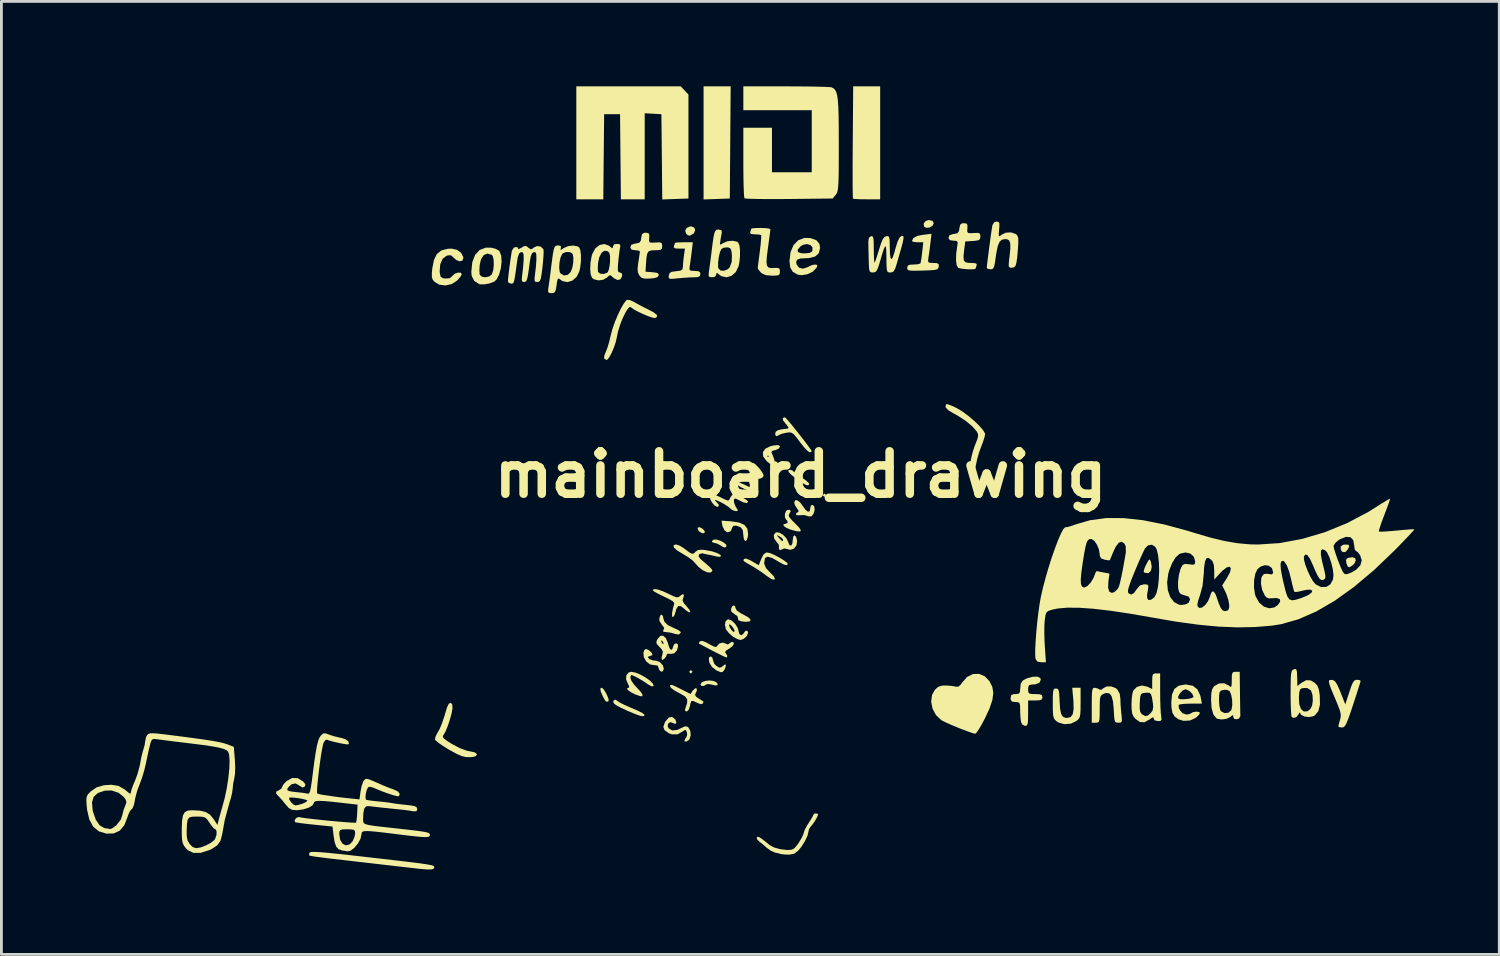
<source format=kicad_pcb>
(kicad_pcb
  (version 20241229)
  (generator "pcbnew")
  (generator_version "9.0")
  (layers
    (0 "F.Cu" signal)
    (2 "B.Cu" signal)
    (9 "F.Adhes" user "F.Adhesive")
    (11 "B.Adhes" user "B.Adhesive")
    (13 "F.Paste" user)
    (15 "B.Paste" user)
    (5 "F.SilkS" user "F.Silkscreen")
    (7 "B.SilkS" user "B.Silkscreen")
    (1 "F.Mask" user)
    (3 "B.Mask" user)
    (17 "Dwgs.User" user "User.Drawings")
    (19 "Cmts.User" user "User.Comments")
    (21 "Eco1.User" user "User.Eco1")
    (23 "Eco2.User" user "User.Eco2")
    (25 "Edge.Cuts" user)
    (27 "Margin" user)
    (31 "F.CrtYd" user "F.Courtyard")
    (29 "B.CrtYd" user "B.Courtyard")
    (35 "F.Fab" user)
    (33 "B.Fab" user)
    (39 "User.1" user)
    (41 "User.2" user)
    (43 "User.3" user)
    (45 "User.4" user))
  (footprint "mainboard_drawing"
    (layer "F.Cu")
    (at 25.23 13.712)
    (property "Reference" "mainboard_drawing" (at 0 0 0) (layer "F.SilkS") (effects (font (size 1.5 1.5) (thickness 0.3))))
    (attr board_only exclude_from_pos_files exclude_from_bom)
    (fp_poly (pts (xy -3.823 6.955) (xy -3.821 6.968) (xy -3.864 7.023) (xy -3.877 7.024) (xy -3.932 6.982) (xy -3.934 6.968) (xy -3.891 6.914) (xy -3.877 6.912)) (stroke (width 0) (type solid)) (fill yes) (layer "F.SilkS"))
    (fp_poly (pts (xy -2.486 -11.731) (xy -2.501 -9.75) (xy -2.964 -9.733) (xy -3.428 -9.717) (xy -3.428 -11.714) (xy -3.428 -13.712) (xy -2.95 -13.712) (xy -2.471 -13.712)) (stroke (width 0) (type solid)) (fill yes) (layer "F.SilkS"))
    (fp_poly (pts (xy 0.897 0.717) (xy 0.899 0.731) (xy 0.856 0.785) (xy 0.843 0.787) (xy 0.788 0.744) (xy 0.787 0.731) (xy 0.829 0.676) (xy 0.843 0.674)) (stroke (width 0) (type solid)) (fill yes) (layer "F.SilkS"))
    (fp_poly (pts (xy 4.658 -8.961) (xy 4.703 -8.882) (xy 4.662 -8.792) (xy 4.558 -8.725) (xy 4.438 -8.715) (xy 4.358 -8.761) (xy 4.347 -8.866) (xy 4.416 -8.956) (xy 4.526 -8.991)) (stroke (width 0) (type solid)) (fill yes) (layer "F.SilkS"))
    (fp_poly (pts (xy 19.358 2.483) (xy 19.379 2.533) (xy 19.329 2.645) (xy 19.241 2.738) (xy 19.145 2.74) (xy 19.084 2.664) (xy 19.075 2.544) (xy 19.162 2.482) (xy 19.25 2.473)) (stroke (width 0) (type solid)) (fill yes) (layer "F.SilkS"))
    (fp_poly (pts (xy -3.462 1.916) (xy -3.391 1.998) (xy -3.384 2.013) (xy -3.399 2.069) (xy -3.471 2.073) (xy -3.561 2.029) (xy -3.598 1.994) (xy -3.639 1.907) (xy -3.63 1.869) (xy -3.558 1.863)) (stroke (width 0) (type solid)) (fill yes) (layer "F.SilkS"))
    (fp_poly (pts (xy -3.759 -8.726) (xy -3.722 -8.632) (xy -3.768 -8.529) (xy -3.795 -8.505) (xy -3.908 -8.439) (xy -3.986 -8.452) (xy -4.046 -8.513) (xy -4.077 -8.618) (xy -4.021 -8.713) (xy -3.902 -8.764) (xy -3.869 -8.766)) (stroke (width 0) (type solid)) (fill yes) (layer "F.SilkS"))
    (fp_poly (pts (xy 19.592 2.959) (xy 19.608 3.046) (xy 19.555 3.153) (xy 19.476 3.223) (xy 19.379 3.277) (xy 19.327 3.254) (xy 19.284 3.149) (xy 19.263 3.018) (xy 19.322 2.947) (xy 19.475 2.922) (xy 19.504 2.922)) (stroke (width 0) (type solid)) (fill yes) (layer "F.SilkS"))
    (fp_poly (pts (xy -6.968 7.575) (xy -6.895 7.684) (xy -6.827 7.818) (xy -6.783 7.937) (xy -6.783 8.001) (xy -6.844 8.032) (xy -6.905 7.984) (xy -6.983 7.843) (xy -6.986 7.837) (xy -7.061 7.66) (xy -7.075 7.562) (xy -7.03 7.53) (xy -7.025 7.53)) (stroke (width 0) (type solid)) (fill yes) (layer "F.SilkS"))
    (fp_poly (pts (xy -2.838 2.336) (xy -2.71 2.406) (xy -2.627 2.481) (xy -2.617 2.535) (xy -2.674 2.58) (xy -2.764 2.548) (xy -2.835 2.499) (xy -2.964 2.433) (xy -3.05 2.416) (xy -3.127 2.387) (xy -3.132 2.346) (xy -3.066 2.299) (xy -2.977 2.295)) (stroke (width 0) (type solid)) (fill yes) (layer "F.SilkS"))
    (fp_poly (pts (xy 12.35 3.03) (xy 12.374 3.09) (xy 12.403 3.256) (xy 12.375 3.396) (xy 12.299 3.476) (xy 12.259 3.484) (xy 12.154 3.467) (xy 12.122 3.449) (xy 12.124 3.383) (xy 12.17 3.255) (xy 12.205 3.183) (xy 12.277 3.046) (xy 12.319 2.998)) (stroke (width 0) (type solid)) (fill yes) (layer "F.SilkS"))
    (fp_poly (pts (xy -3.069 7.293) (xy -2.961 7.35) (xy -2.945 7.37) (xy -2.929 7.437) (xy -3.003 7.451) (xy -3.136 7.421) (xy -3.278 7.398) (xy -3.346 7.422) (xy -3.416 7.467) (xy -3.501 7.466) (xy -3.54 7.42) (xy -3.492 7.341) (xy -3.372 7.291) (xy -3.218 7.274)) (stroke (width 0) (type solid)) (fill yes) (layer "F.SilkS"))
    (fp_poly (pts (xy -0.288 -0.144) (xy -0.272 -0.125) (xy -0.218 -0.075) (xy -0.096 0.014) (xy 0.042 0.105) (xy 0.19 0.21) (xy 0.285 0.297) (xy 0.306 0.343) (xy 0.27 0.38) (xy 0.217 0.38) (xy 0.123 0.333) (xy -0.031 0.232) (xy -0.109 0.178) (xy -0.31 0.026) (xy -0.42 -0.085) (xy -0.436 -0.151) (xy -0.375 -0.169)) (stroke (width 0) (type solid)) (fill yes) (layer "F.SilkS"))
    (fp_poly (pts (xy 2.81 -11.717) (xy 2.81 -9.722) (xy 2.341 -9.722) (xy 2.124 -9.724) (xy 1.954 -9.731) (xy 1.86 -9.741) (xy 1.85 -9.745) (xy 1.845 -9.805) (xy 1.841 -9.964) (xy 1.838 -10.21) (xy 1.837 -10.529) (xy 1.837 -10.909) (xy 1.839 -11.337) (xy 1.842 -11.74) (xy 1.857 -13.712) (xy 2.333 -13.712) (xy 2.81 -13.712)) (stroke (width 0) (type solid)) (fill yes) (layer "F.SilkS"))
    (fp_poly (pts (xy -2.311 4.658) (xy -2.304 4.706) (xy -2.257 4.8) (xy -2.11 4.902) (xy -2.022 4.946) (xy -1.838 5.05) (xy -1.763 5.133) (xy -1.794 5.187) (xy -1.929 5.203) (xy -2.09 5.187) (xy -2.201 5.146) (xy -2.211 5.083) (xy -2.234 5.001) (xy -2.329 4.936) (xy -2.445 4.846) (xy -2.461 4.757) (xy -2.42 4.658) (xy -2.359 4.621)) (stroke (width 0) (type solid)) (fill yes) (layer "F.SilkS"))
    (fp_poly (pts (xy -6.478 7.991) (xy -6.422 8.032) (xy -6.342 8.078) (xy -6.216 8.139) (xy -6.027 8.223) (xy -5.753 8.341) (xy -5.746 8.344) (xy -5.59 8.423) (xy -5.514 8.489) (xy -5.527 8.529) (xy -5.605 8.536) (xy -5.701 8.511) (xy -5.867 8.45) (xy -6.07 8.365) (xy -6.117 8.345) (xy -6.365 8.229) (xy -6.522 8.143) (xy -6.602 8.077) (xy -6.619 8.019) (xy -6.604 7.982) (xy -6.546 7.95)) (stroke (width 0) (type solid)) (fill yes) (layer "F.SilkS"))
    (fp_poly (pts (xy -3.113 6.479) (xy -3.091 6.575) (xy -3.048 6.685) (xy -2.967 6.767) (xy -2.867 6.823) (xy -2.792 6.803) (xy -2.743 6.762) (xy -2.667 6.704) (xy -2.642 6.727) (xy -2.641 6.752) (xy -2.674 6.864) (xy -2.711 6.926) (xy -2.766 6.979) (xy -2.834 6.98) (xy -2.953 6.927) (xy -2.985 6.911) (xy -3.13 6.797) (xy -3.222 6.65) (xy -3.243 6.507) (xy -3.222 6.448) (xy -3.167 6.424)) (stroke (width 0) (type solid)) (fill yes) (layer "F.SilkS"))
    (fp_poly (pts (xy -2.473 1.651) (xy -2.181 1.693) (xy -1.986 1.778) (xy -1.88 1.914) (xy -1.855 2.109) (xy -1.864 2.196) (xy -1.904 2.322) (xy -1.958 2.349) (xy -2.005 2.283) (xy -2.023 2.142) (xy -2.042 1.969) (xy -2.105 1.873) (xy -2.132 1.856) (xy -2.278 1.804) (xy -2.382 1.815) (xy -2.416 1.876) (xy -2.456 1.977) (xy -2.491 2.015) (xy -2.591 2.041) (xy -2.686 1.975) (xy -2.755 1.837) (xy -2.767 1.784) (xy -2.794 1.629)) (stroke (width 0) (type solid)) (fill yes) (layer "F.SilkS"))
    (fp_poly (pts (xy -4.859 5.015) (xy -4.855 5.056) (xy -4.812 5.201) (xy -4.691 5.318) (xy -4.475 5.423) (xy -4.461 5.428) (xy -4.319 5.495) (xy -4.238 5.557) (xy -4.23 5.582) (xy -4.301 5.651) (xy -4.44 5.63) (xy -4.467 5.619) (xy -4.61 5.581) (xy -4.741 5.567) (xy -4.848 5.554) (xy -4.859 5.514) (xy -4.842 5.49) (xy -4.819 5.412) (xy -4.89 5.323) (xy -4.894 5.319) (xy -4.984 5.178) (xy -4.991 5.081) (xy -4.953 4.972) (xy -4.9 4.948)) (stroke (width 0) (type solid)) (fill yes) (layer "F.SilkS"))
    (fp_poly (pts (xy -0.352 1.305) (xy -0.394 1.377) (xy -0.422 1.436) (xy -0.398 1.507) (xy -0.309 1.613) (xy -0.209 1.711) (xy -0.053 1.872) (xy 0.01 1.971) (xy -0.021 2.013) (xy -0.15 2.001) (xy -0.362 1.943) (xy -0.505 1.883) (xy -0.594 1.818) (xy -0.612 1.765) (xy -0.545 1.742) (xy -0.539 1.742) (xy -0.459 1.708) (xy -0.466 1.637) (xy -0.506 1.602) (xy -0.555 1.516) (xy -0.555 1.39) (xy -0.512 1.284) (xy -0.475 1.256) (xy -0.374 1.246)) (stroke (width 0) (type solid)) (fill yes) (layer "F.SilkS"))
    (fp_poly (pts (xy -4.098 -13.567) (xy -3.962 -13.422) (xy -3.962 -11.586) (xy -3.962 -9.75) (xy -4.424 -9.733) (xy -4.887 -9.717) (xy -4.902 -11.223) (xy -4.917 -12.728) (xy -5.212 -12.745) (xy -5.507 -12.762) (xy -5.507 -11.242) (xy -5.507 -9.722) (xy -5.928 -9.722) (xy -6.348 -9.722) (xy -6.363 -11.225) (xy -6.378 -12.728) (xy -6.659 -12.728) (xy -6.94 -12.728) (xy -6.955 -11.225) (xy -6.97 -9.722) (xy -7.447 -9.722) (xy -7.923 -9.722) (xy -7.923 -11.717) (xy -7.923 -13.712) (xy -6.079 -13.712) (xy -4.234 -13.712)) (stroke (width 0) (type solid)) (fill yes) (layer "F.SilkS"))
    (fp_poly (pts (xy -5.368 6.201) (xy -5.35 6.214) (xy -5.249 6.308) (xy -5.234 6.378) (xy -5.31 6.406) (xy -5.31 6.406) (xy -5.385 6.433) (xy -5.395 6.456) (xy -5.345 6.519) (xy -5.223 6.564) (xy -5.113 6.575) (xy -4.972 6.624) (xy -4.865 6.742) (xy -4.833 6.86) (xy -4.864 6.95) (xy -4.932 6.961) (xy -4.995 6.899) (xy -5.011 6.842) (xy -5.053 6.747) (xy -5.158 6.733) (xy -5.162 6.734) (xy -5.321 6.707) (xy -5.453 6.602) (xy -5.538 6.452) (xy -5.553 6.29) (xy -5.517 6.196) (xy -5.462 6.159)) (stroke (width 0) (type solid)) (fill yes) (layer "F.SilkS"))
    (fp_poly (pts (xy -0.737 -1.011) (xy -0.731 -0.978) (xy -0.78 -0.91) (xy -0.897 -0.863) (xy -1.007 -0.835) (xy -1.033 -0.788) (xy -0.989 -0.684) (xy -0.977 -0.663) (xy -0.925 -0.511) (xy -0.93 -0.392) (xy -0.991 -0.338) (xy -1.002 -0.337) (xy -1.072 -0.372) (xy -1.181 -0.458) (xy -1.2 -0.475) (xy -1.321 -0.636) (xy -1.322 -0.646) (xy -1.18 -0.646) (xy -1.152 -0.618) (xy -1.124 -0.646) (xy -1.152 -0.674) (xy -1.18 -0.646) (xy -1.322 -0.646) (xy -1.335 -0.786) (xy -1.248 -0.912) (xy -1.066 -1.001) (xy -0.941 -1.028) (xy -0.798 -1.04)) (stroke (width 0) (type solid)) (fill yes) (layer "F.SilkS"))
    (fp_poly (pts (xy -0.021 0.981) (xy 0.061 1.091) (xy 0.17 1.245) (xy 0.261 1.315) (xy 0.32 1.295) (xy 0.337 1.206) (xy 0.362 1.095) (xy 0.422 1.071) (xy 0.48 1.127) (xy 0.497 1.238) (xy 0.463 1.371) (xy 0.395 1.467) (xy 0.375 1.478) (xy 0.264 1.476) (xy 0.22 1.456) (xy 0.109 1.429) (xy -0.014 1.438) (xy -0.125 1.439) (xy -0.172 1.401) (xy -0.137 1.351) (xy -0.098 1.333) (xy -0.066 1.291) (xy -0.121 1.204) (xy -0.126 1.198) (xy -0.202 1.079) (xy -0.225 0.993) (xy -0.194 0.911) (xy -0.119 0.909)) (stroke (width 0) (type solid)) (fill yes) (layer "F.SilkS"))
    (fp_poly (pts (xy -3.351 5.922) (xy -3.237 5.984) (xy -3.083 6.068) (xy -2.996 6.094) (xy -2.954 6.067) (xy -2.947 6.052) (xy -2.865 5.965) (xy -2.744 5.936) (xy -2.646 5.974) (xy -2.568 6.003) (xy -2.518 5.968) (xy -2.422 5.905) (xy -2.367 5.936) (xy -2.36 5.983) (xy -2.406 6.063) (xy -2.517 6.147) (xy -2.535 6.157) (xy -2.648 6.23) (xy -2.663 6.29) (xy -2.648 6.31) (xy -2.591 6.396) (xy -2.599 6.453) (xy -2.627 6.459) (xy -2.693 6.433) (xy -2.832 6.366) (xy -3.022 6.271) (xy -3.119 6.22) (xy -3.32 6.115) (xy -3.481 6.03) (xy -3.577 5.979) (xy -3.593 5.97) (xy -3.582 5.925) (xy -3.556 5.894) (xy -3.482 5.875)) (stroke (width 0) (type solid)) (fill yes) (layer "F.SilkS"))
    (fp_poly (pts (xy -0.51 -1.981) (xy -0.412 -1.87) (xy -0.278 -1.709) (xy -0.124 -1.518) (xy 0.034 -1.317) (xy 0.181 -1.126) (xy 0.299 -0.966) (xy 0.375 -0.857) (xy 0.393 -0.82) (xy 0.348 -0.79) (xy 0.318 -0.787) (xy 0.251 -0.829) (xy 0.141 -0.942) (xy 0.01 -1.104) (xy -0.023 -1.148) (xy -0.158 -1.327) (xy -0.251 -1.432) (xy -0.328 -1.48) (xy -0.413 -1.488) (xy -0.495 -1.478) (xy -0.646 -1.445) (xy -0.747 -1.404) (xy -0.756 -1.398) (xy -0.847 -1.351) (xy -0.896 -1.397) (xy -0.899 -1.43) (xy -0.88 -1.51) (xy -0.808 -1.563) (xy -0.663 -1.599) (xy -0.453 -1.622) (xy -0.424 -1.655) (xy -0.483 -1.744) (xy -0.524 -1.788) (xy -0.621 -1.915) (xy -0.629 -1.997) (xy -0.556 -2.023)) (stroke (width 0) (type solid)) (fill yes) (layer "F.SilkS"))
    (fp_poly (pts (xy 6.511 7.131) (xy 6.671 7.3) (xy 6.771 7.498) (xy 6.806 7.713) (xy 6.774 7.962) (xy 6.673 8.263) (xy 6.518 8.599) (xy 6.399 8.824) (xy 6.292 9.005) (xy 6.209 9.123) (xy 6.167 9.157) (xy 6.087 9.137) (xy 5.93 9.083) (xy 5.722 9.006) (xy 5.599 8.958) (xy 5.364 8.861) (xy 5.157 8.77) (xy 5.008 8.697) (xy 4.967 8.673) (xy 4.78 8.495) (xy 4.659 8.267) (xy 4.611 8.02) (xy 4.643 7.783) (xy 4.742 7.605) (xy 4.857 7.5) (xy 4.992 7.457) (xy 5.121 7.452) (xy 5.302 7.462) (xy 5.45 7.485) (xy 5.479 7.493) (xy 5.573 7.494) (xy 5.66 7.415) (xy 5.704 7.349) (xy 5.88 7.151) (xy 6.087 7.047) (xy 6.305 7.04)) (stroke (width 0) (type solid)) (fill yes) (layer "F.SilkS"))
    (fp_poly (pts (xy -5.835 6.995) (xy -5.661 7.066) (xy -5.484 7.164) (xy -5.33 7.273) (xy -5.224 7.377) (xy -5.192 7.459) (xy -5.197 7.473) (xy -5.263 7.482) (xy -5.386 7.416) (xy -5.412 7.396) (xy -5.559 7.297) (xy -5.725 7.198) (xy -5.874 7.12) (xy -5.972 7.082) (xy -5.982 7.081) (xy -6.007 7.128) (xy -6.013 7.193) (xy -5.974 7.292) (xy -5.875 7.429) (xy -5.783 7.529) (xy -5.642 7.681) (xy -5.58 7.785) (xy -5.599 7.834) (xy -5.676 7.826) (xy -5.851 7.762) (xy -5.997 7.687) (xy -6.097 7.615) (xy -6.133 7.558) (xy -6.087 7.531) (xy -6.068 7.53) (xy -6.054 7.491) (xy -6.098 7.396) (xy -6.102 7.39) (xy -6.166 7.228) (xy -6.154 7.085) (xy -6.073 6.99) (xy -5.981 6.968)) (stroke (width 0) (type solid)) (fill yes) (layer "F.SilkS"))
    (fp_poly (pts (xy -2.434 5.16) (xy -2.313 5.274) (xy -2.222 5.417) (xy -2.192 5.533) (xy -2.16 5.642) (xy -2.089 5.676) (xy -2.017 5.622) (xy -2.003 5.591) (xy -1.943 5.517) (xy -1.879 5.521) (xy -1.854 5.587) (xy -1.901 5.706) (xy -2.01 5.806) (xy -2.126 5.844) (xy -2.232 5.813) (xy -2.372 5.737) (xy -2.4 5.718) (xy -2.535 5.599) (xy -2.632 5.474) (xy -2.64 5.458) (xy -2.674 5.311) (xy -2.529 5.311) (xy -2.499 5.405) (xy -2.432 5.506) (xy -2.365 5.562) (xy -2.356 5.563) (xy -2.33 5.524) (xy -2.359 5.454) (xy -2.425 5.358) (xy -2.491 5.299) (xy -2.528 5.302) (xy -2.529 5.311) (xy -2.674 5.311) (xy -2.675 5.309) (xy -2.65 5.183) (xy -2.575 5.117) (xy -2.551 5.114)) (stroke (width 0) (type solid)) (fill yes) (layer "F.SilkS"))
    (fp_poly (pts (xy -16.956 13.341) (xy -16.703 13.362) (xy -16.369 13.396) (xy -15.942 13.442) (xy -15.474 13.495) (xy -14.879 13.563) (xy -14.386 13.62) (xy -13.986 13.667) (xy -13.668 13.705) (xy -13.424 13.737) (xy -13.242 13.763) (xy -13.114 13.785) (xy -13.029 13.803) (xy -12.979 13.821) (xy -12.953 13.838) (xy -12.942 13.857) (xy -12.941 13.859) (xy -12.949 13.918) (xy -13.03 13.948) (xy -13.198 13.95) (xy -13.431 13.93) (xy -13.637 13.907) (xy -13.947 13.872) (xy -14.352 13.826) (xy -14.842 13.769) (xy -15.41 13.704) (xy -16.047 13.63) (xy -16.604 13.566) (xy -16.877 13.532) (xy -17.107 13.502) (xy -17.273 13.477) (xy -17.352 13.46) (xy -17.355 13.458) (xy -17.359 13.393) (xy -17.349 13.36) (xy -17.323 13.341) (xy -17.255 13.331) (xy -17.136 13.331)) (stroke (width 0) (type solid)) (fill yes) (layer "F.SilkS"))
    (fp_poly (pts (xy -4.498 7.449) (xy -4.358 7.514) (xy -4.219 7.584) (xy -3.889 7.751) (xy -3.805 7.626) (xy -3.721 7.548) (xy -3.666 7.561) (xy -3.669 7.646) (xy -3.697 7.7) (xy -3.73 7.784) (xy -3.689 7.851) (xy -3.61 7.905) (xy -3.498 7.976) (xy -3.437 8.014) (xy -3.436 8.015) (xy -3.442 8.066) (xy -3.454 8.088) (xy -3.527 8.112) (xy -3.653 8.064) (xy -3.788 7.999) (xy -3.856 7.999) (xy -3.89 8.08) (xy -3.909 8.176) (xy -3.958 8.319) (xy -4.029 8.373) (xy -4.03 8.373) (xy -4.087 8.339) (xy -4.076 8.275) (xy -4.009 8.074) (xy -4.005 7.94) (xy -4.078 7.841) (xy -4.24 7.744) (xy -4.292 7.718) (xy -4.457 7.626) (xy -4.571 7.542) (xy -4.608 7.49) (xy -4.603 7.442) (xy -4.573 7.426)) (stroke (width 0) (type solid)) (fill yes) (layer "F.SilkS"))
    (fp_poly (pts (xy -4.431 8.647) (xy -4.419 8.665) (xy -4.387 8.766) (xy -4.428 8.811) (xy -4.515 8.774) (xy -4.607 8.746) (xy -4.677 8.796) (xy -4.698 8.888) (xy -4.664 8.963) (xy -4.534 9.039) (xy -4.355 9.02) (xy -4.213 8.953) (xy -4.089 8.894) (xy -4.006 8.904) (xy -3.965 8.932) (xy -3.896 9.052) (xy -3.882 9.211) (xy -3.926 9.35) (xy -3.945 9.373) (xy -4.036 9.434) (xy -4.095 9.424) (xy -4.102 9.396) (xy -4.067 9.32) (xy -4.04 9.289) (xy -4.006 9.191) (xy -4.017 9.105) (xy -4.057 9.021) (xy -4.115 9.036) (xy -4.149 9.065) (xy -4.346 9.176) (xy -4.553 9.176) (xy -4.655 9.137) (xy -4.804 9.033) (xy -4.849 8.915) (xy -4.797 8.76) (xy -4.77 8.714) (xy -4.655 8.583) (xy -4.539 8.56)) (stroke (width 0) (type solid)) (fill yes) (layer "F.SilkS"))
    (fp_poly (pts (xy -1.568 -0.331) (xy -1.464 -0.224) (xy -1.372 -0.103) (xy -1.314 0.006) (xy -1.307 0.056) (xy -1.37 0.123) (xy -1.504 0.158) (xy -1.642 0.184) (xy -1.678 0.239) (xy -1.622 0.344) (xy -1.603 0.369) (xy -1.522 0.509) (xy -1.534 0.589) (xy -1.637 0.607) (xy -1.829 0.564) (xy -1.962 0.517) (xy -2.114 0.446) (xy -2.215 0.377) (xy -2.234 0.351) (xy -2.219 0.293) (xy -2.131 0.294) (xy -1.987 0.354) (xy -1.967 0.365) (xy -1.828 0.434) (xy -1.77 0.433) (xy -1.787 0.359) (xy -1.801 0.333) (xy -1.839 0.189) (xy -1.793 0.088) (xy -1.691 0.056) (xy -1.571 0.025) (xy -1.545 -0.059) (xy -1.616 -0.181) (xy -1.63 -0.197) (xy -1.705 -0.307) (xy -1.715 -0.392) (xy -1.713 -0.395) (xy -1.659 -0.397)) (stroke (width 0) (type solid)) (fill yes) (layer "F.SilkS"))
    (fp_poly (pts (xy -12.305 8.122) (xy -12.296 8.261) (xy -12.328 8.435) (xy -12.387 8.652) (xy -12.462 8.875) (xy -12.54 9.069) (xy -12.61 9.196) (xy -12.621 9.21) (xy -12.643 9.259) (xy -12.609 9.317) (xy -12.505 9.398) (xy -12.317 9.517) (xy -12.041 9.663) (xy -11.792 9.755) (xy -11.688 9.776) (xy -11.512 9.813) (xy -11.439 9.871) (xy -11.436 9.89) (xy -11.473 9.948) (xy -11.595 9.978) (xy -11.688 9.984) (xy -11.829 9.979) (xy -11.97 9.945) (xy -12.139 9.872) (xy -12.367 9.748) (xy -12.419 9.718) (xy -12.625 9.592) (xy -12.791 9.477) (xy -12.893 9.39) (xy -12.915 9.358) (xy -12.897 9.256) (xy -12.83 9.125) (xy -12.825 9.118) (xy -12.748 8.983) (xy -12.667 8.786) (xy -12.575 8.511) (xy -12.493 8.233) (xy -12.428 8.096) (xy -12.357 8.061)) (stroke (width 0) (type solid)) (fill yes) (layer "F.SilkS"))
    (fp_poly (pts (xy -1.069 2.78) (xy -0.917 2.846) (xy -0.748 2.935) (xy -0.593 3.029) (xy -0.484 3.112) (xy -0.45 3.159) (xy -0.49 3.202) (xy -0.6 3.177) (xy -0.763 3.088) (xy -0.788 3.072) (xy -1.003 2.948) (xy -1.16 2.904) (xy -1.25 2.941) (xy -1.261 2.961) (xy -1.289 3.142) (xy -1.221 3.308) (xy -1.096 3.443) (xy -0.954 3.589) (xy -0.905 3.683) (xy -0.938 3.717) (xy -1.044 3.683) (xy -1.211 3.572) (xy -1.238 3.551) (xy -1.404 3.429) (xy -1.609 3.296) (xy -1.714 3.234) (xy -1.887 3.135) (xy -1.983 3.076) (xy -2.019 3.04) (xy -2.015 3.011) (xy -1.997 2.982) (xy -1.925 2.968) (xy -1.777 3.03) (xy -1.719 3.063) (xy -1.478 3.204) (xy -1.39 2.979) (xy -1.313 2.826) (xy -1.228 2.761) (xy -1.173 2.754)) (stroke (width 0) (type solid)) (fill yes) (layer "F.SilkS"))
    (fp_poly (pts (xy -0.754 2.051) (xy -0.621 2.128) (xy -0.507 2.246) (xy -0.449 2.361) (xy -0.396 2.49) (xy -0.336 2.513) (xy -0.291 2.436) (xy -0.281 2.332) (xy -0.26 2.19) (xy -0.211 2.147) (xy -0.158 2.2) (xy -0.123 2.345) (xy -0.148 2.506) (xy -0.238 2.619) (xy -0.366 2.66) (xy -0.462 2.635) (xy -0.586 2.609) (xy -0.645 2.64) (xy -0.726 2.671) (xy -0.757 2.644) (xy -0.771 2.554) (xy -0.763 2.536) (xy -0.777 2.467) (xy -0.844 2.387) (xy -0.934 2.261) (xy -0.945 2.16) (xy -0.832 2.16) (xy -0.764 2.24) (xy -0.67 2.337) (xy -0.627 2.352) (xy -0.618 2.306) (xy -0.662 2.242) (xy -0.745 2.185) (xy -0.83 2.143) (xy -0.832 2.16) (xy -0.945 2.16) (xy -0.948 2.137) (xy -0.884 2.05) (xy -0.867 2.042)) (stroke (width 0) (type solid)) (fill yes) (layer "F.SilkS"))
    (fp_poly (pts (xy 5.209 -2.479) (xy 5.341 -2.429) (xy 5.512 -2.349) (xy 5.708 -2.231) (xy 5.92 -2.075) (xy 6.126 -1.901) (xy 6.307 -1.727) (xy 6.443 -1.571) (xy 6.512 -1.453) (xy 6.517 -1.425) (xy 6.496 -1.32) (xy 6.442 -1.152) (xy 6.377 -0.983) (xy 6.295 -0.755) (xy 6.23 -0.52) (xy 6.203 -0.383) (xy 6.16 -0.203) (xy 6.096 -0.095) (xy 6.022 -0.075) (xy 5.994 -0.094) (xy 5.974 -0.179) (xy 5.984 -0.341) (xy 6.019 -0.55) (xy 6.074 -0.778) (xy 6.143 -0.993) (xy 6.164 -1.047) (xy 6.238 -1.236) (xy 6.27 -1.354) (xy 6.264 -1.437) (xy 6.223 -1.517) (xy 6.215 -1.53) (xy 6.056 -1.711) (xy 5.82 -1.905) (xy 5.535 -2.088) (xy 5.407 -2.157) (xy 5.208 -2.278) (xy 5.118 -2.382) (xy 5.135 -2.474) (xy 5.146 -2.486)) (stroke (width 0) (type solid)) (fill yes) (layer "F.SilkS"))
    (fp_poly (pts (xy 9.89 8.06) (xy 9.888 8.309) (xy 9.879 8.472) (xy 9.856 8.574) (xy 9.814 8.643) (xy 9.745 8.704) (xy 9.742 8.706) (xy 9.545 8.8) (xy 9.318 8.818) (xy 9.108 8.76) (xy 9.04 8.715) (xy 8.977 8.656) (xy 8.938 8.583) (xy 8.917 8.471) (xy 8.908 8.294) (xy 8.907 8.083) (xy 8.909 7.837) (xy 8.917 7.683) (xy 8.936 7.599) (xy 8.971 7.565) (xy 9.019 7.558) (xy 9.076 7.569) (xy 9.111 7.615) (xy 9.132 7.72) (xy 9.144 7.906) (xy 9.148 8.005) (xy 9.166 8.276) (xy 9.202 8.452) (xy 9.262 8.552) (xy 9.356 8.594) (xy 9.418 8.598) (xy 9.538 8.567) (xy 9.612 8.466) (xy 9.644 8.283) (xy 9.637 8.007) (xy 9.632 7.951) (xy 9.594 7.53) (xy 9.742 7.53) (xy 9.89 7.53)) (stroke (width 0) (type solid)) (fill yes) (layer "F.SilkS"))
    (fp_poly (pts (xy -10.932 -8.014) (xy -10.77 -7.973) (xy -10.652 -7.905) (xy -10.637 -7.888) (xy -10.576 -7.73) (xy -10.562 -7.515) (xy -10.59 -7.28) (xy -10.652 -7.058) (xy -10.743 -6.886) (xy -10.827 -6.811) (xy -10.991 -6.75) (xy -11.175 -6.717) (xy -11.326 -6.719) (xy -11.351 -6.726) (xy -11.529 -6.839) (xy -11.618 -7.015) (xy -11.632 -7.159) (xy -11.625 -7.227) (xy -11.347 -7.227) (xy -11.34 -7.089) (xy -11.332 -7.055) (xy -11.254 -6.985) (xy -11.124 -6.968) (xy -10.992 -7) (xy -10.904 -7.076) (xy -10.858 -7.218) (xy -10.838 -7.399) (xy -10.843 -7.577) (xy -10.873 -7.713) (xy -10.907 -7.759) (xy -11.06 -7.806) (xy -11.191 -7.752) (xy -11.288 -7.605) (xy -11.336 -7.403) (xy -11.347 -7.227) (xy -11.625 -7.227) (xy -11.597 -7.501) (xy -11.497 -7.761) (xy -11.335 -7.934) (xy -11.115 -8.015)) (stroke (width 0) (type solid)) (fill yes) (layer "F.SilkS"))
    (fp_poly (pts (xy -12.141 -7.939) (xy -11.993 -7.832) (xy -11.917 -7.686) (xy -11.913 -7.642) (xy -11.952 -7.553) (xy -12.047 -7.532) (xy -12.165 -7.578) (xy -12.25 -7.655) (xy -12.342 -7.741) (xy -12.447 -7.744) (xy -12.508 -7.726) (xy -12.645 -7.621) (xy -12.728 -7.433) (xy -12.75 -7.183) (xy -12.745 -7.117) (xy -12.717 -6.991) (xy -12.641 -6.937) (xy -12.548 -6.923) (xy -12.394 -6.934) (xy -12.298 -7.017) (xy -12.296 -7.021) (xy -12.212 -7.096) (xy -12.102 -7.134) (xy -12.007 -7.129) (xy -11.969 -7.076) (xy -12.006 -7.001) (xy -12.098 -6.889) (xy -12.134 -6.851) (xy -12.322 -6.729) (xy -12.543 -6.679) (xy -12.759 -6.705) (xy -12.931 -6.806) (xy -12.997 -6.886) (xy -13.026 -6.979) (xy -13.026 -7.122) (xy -13.012 -7.27) (xy -12.953 -7.577) (xy -12.849 -7.788) (xy -12.689 -7.917) (xy -12.46 -7.974) (xy -12.331 -7.98)) (stroke (width 0) (type solid)) (fill yes) (layer "F.SilkS"))
    (fp_poly (pts (xy -5.06 4.058) (xy -4.878 4.118) (xy -4.671 4.211) (xy -4.492 4.298) (xy -4.382 4.336) (xy -4.313 4.331) (xy -4.256 4.288) (xy -4.253 4.285) (xy -4.159 4.224) (xy -4.117 4.256) (xy -4.147 4.36) (xy -4.15 4.365) (xy -4.171 4.448) (xy -4.127 4.541) (xy -4.032 4.649) (xy -3.924 4.782) (xy -3.897 4.86) (xy -3.942 4.868) (xy -4.051 4.795) (xy -4.098 4.752) (xy -4.233 4.648) (xy -4.325 4.645) (xy -4.388 4.746) (xy -4.411 4.833) (xy -4.458 4.975) (xy -4.506 5.037) (xy -4.54 5.013) (xy -4.541 4.895) (xy -4.539 4.883) (xy -4.508 4.721) (xy -4.471 4.595) (xy -4.47 4.594) (xy -4.465 4.536) (xy -4.516 4.476) (xy -4.639 4.402) (xy -4.825 4.313) (xy -5.012 4.222) (xy -5.153 4.144) (xy -5.221 4.094) (xy -5.224 4.088) (xy -5.182 4.047)) (stroke (width 0) (type solid)) (fill yes) (layer "F.SilkS"))
    (fp_poly (pts (xy -4.76 5.779) (xy -4.686 5.954) (xy -4.671 6.016) (xy -4.624 6.15) (xy -4.568 6.196) (xy -4.521 6.146) (xy -4.506 6.083) (xy -4.461 5.987) (xy -4.391 5.959) (xy -4.336 6.005) (xy -4.327 6.058) (xy -4.366 6.211) (xy -4.464 6.315) (xy -4.591 6.338) (xy -4.6 6.336) (xy -4.694 6.326) (xy -4.72 6.345) (xy -4.75 6.426) (xy -4.816 6.507) (xy -4.882 6.549) (xy -4.901 6.544) (xy -4.911 6.47) (xy -4.886 6.369) (xy -4.865 6.26) (xy -4.913 6.164) (xy -4.983 6.093) (xy -5.078 5.992) (xy -5.098 5.914) (xy -5.071 5.85) (xy -4.929 5.85) (xy -4.917 5.906) (xy -4.913 5.917) (xy -4.869 5.986) (xy -4.844 5.986) (xy -4.85 5.927) (xy -4.882 5.885) (xy -4.929 5.85) (xy -5.071 5.85) (xy -5.057 5.815) (xy -4.96 5.702) (xy -4.856 5.693)) (stroke (width 0) (type solid)) (fill yes) (layer "F.SilkS"))
    (fp_poly (pts (xy 4.584 -8.171) (xy 4.557 -7.953) (xy 4.529 -7.752) (xy 4.514 -7.657) (xy 4.501 -7.536) (xy 4.535 -7.485) (xy 4.646 -7.474) (xy 4.69 -7.474) (xy 4.826 -7.465) (xy 4.878 -7.427) (xy 4.879 -7.347) (xy 4.864 -7.289) (xy 4.825 -7.251) (xy 4.74 -7.228) (xy 4.588 -7.215) (xy 4.348 -7.206) (xy 4.313 -7.205) (xy 4.061 -7.199) (xy 3.901 -7.201) (xy 3.813 -7.216) (xy 3.774 -7.246) (xy 3.765 -7.296) (xy 3.765 -7.303) (xy 3.784 -7.378) (xy 3.859 -7.411) (xy 3.987 -7.418) (xy 4.133 -7.427) (xy 4.223 -7.452) (xy 4.232 -7.46) (xy 4.25 -7.534) (xy 4.274 -7.686) (xy 4.294 -7.853) (xy 4.333 -8.204) (xy 4.133 -8.204) (xy 4.002 -8.215) (xy 3.936 -8.241) (xy 3.934 -8.247) (xy 3.981 -8.355) (xy 4.122 -8.429) (xy 4.325 -8.468) (xy 4.623 -8.503)) (stroke (width 0) (type solid)) (fill yes) (layer "F.SilkS"))
    (fp_poly (pts (xy 19.752 7.264) (xy 19.781 7.289) (xy 19.764 7.354) (xy 19.717 7.506) (xy 19.648 7.725) (xy 19.561 7.992) (xy 19.515 8.132) (xy 19.411 8.443) (xy 19.332 8.662) (xy 19.271 8.805) (xy 19.221 8.888) (xy 19.173 8.926) (xy 19.122 8.935) (xy 19.022 8.922) (xy 18.994 8.899) (xy 19.008 8.827) (xy 19.045 8.693) (xy 19.054 8.661) (xy 19.077 8.563) (xy 19.078 8.466) (xy 19.051 8.344) (xy 18.99 8.175) (xy 18.89 7.934) (xy 18.861 7.867) (xy 18.751 7.604) (xy 18.686 7.427) (xy 18.661 7.32) (xy 18.673 7.268) (xy 18.692 7.258) (xy 18.79 7.254) (xy 18.872 7.301) (xy 18.951 7.417) (xy 19.042 7.619) (xy 19.077 7.707) (xy 19.24 8.12) (xy 19.381 7.685) (xy 19.456 7.466) (xy 19.515 7.334) (xy 19.571 7.269) (xy 19.638 7.249) (xy 19.651 7.249)) (stroke (width 0) (type solid)) (fill yes) (layer "F.SilkS"))
    (fp_poly (pts (xy -4.286 2.506) (xy -4.142 2.591) (xy -4.074 2.641) (xy -3.925 2.754) (xy -3.833 2.799) (xy -3.767 2.784) (xy -3.705 2.721) (xy -3.625 2.666) (xy -3.493 2.655) (xy -3.375 2.667) (xy -3.136 2.712) (xy -2.948 2.772) (xy -2.834 2.837) (xy -2.81 2.879) (xy -2.857 2.908) (xy -2.964 2.895) (xy -3.137 2.855) (xy -3.259 2.831) (xy -3.394 2.803) (xy -3.466 2.783) (xy -3.555 2.8) (xy -3.592 2.832) (xy -3.603 2.892) (xy -3.544 2.977) (xy -3.401 3.102) (xy -3.374 3.124) (xy -3.232 3.246) (xy -3.137 3.347) (xy -3.112 3.4) (xy -3.179 3.463) (xy -3.309 3.451) (xy -3.458 3.38) (xy -3.607 3.264) (xy -3.724 3.131) (xy -3.724 3.131) (xy -3.822 3.029) (xy -3.986 2.909) (xy -4.157 2.806) (xy -4.35 2.689) (xy -4.465 2.588) (xy -4.495 2.514) (xy -4.435 2.475) (xy -4.391 2.473)) (stroke (width 0) (type solid)) (fill yes) (layer "F.SilkS"))
    (fp_poly (pts (xy -3.846 -7.881) (xy -3.873 -7.665) (xy -3.901 -7.465) (xy -3.915 -7.376) (xy -3.928 -7.255) (xy -3.893 -7.204) (xy -3.781 -7.193) (xy -3.743 -7.193) (xy -3.605 -7.181) (xy -3.548 -7.135) (xy -3.54 -7.081) (xy -3.56 -7.006) (xy -3.639 -6.974) (xy -3.757 -6.968) (xy -3.935 -6.962) (xy -4.164 -6.946) (xy -4.324 -6.932) (xy -4.514 -6.913) (xy -4.617 -6.915) (xy -4.657 -6.943) (xy -4.659 -7.005) (xy -4.655 -7.03) (xy -4.626 -7.118) (xy -4.549 -7.162) (xy -4.397 -7.182) (xy -4.245 -7.201) (xy -4.176 -7.242) (xy -4.158 -7.323) (xy -4.158 -7.329) (xy -4.151 -7.464) (xy -4.132 -7.649) (xy -4.123 -7.719) (xy -4.087 -7.98) (xy -4.297 -7.98) (xy -4.434 -7.989) (xy -4.481 -8.024) (xy -4.473 -8.069) (xy -4.444 -8.158) (xy -4.439 -8.181) (xy -4.388 -8.194) (xy -4.257 -8.202) (xy -4.124 -8.204) (xy -3.808 -8.204)) (stroke (width 0) (type solid)) (fill yes) (layer "F.SilkS"))
    (fp_poly (pts (xy -6.03 -6.163) (xy -5.906 -6.107) (xy -5.779 -6.034) (xy -5.593 -5.936) (xy -5.409 -5.844) (xy -5.193 -5.73) (xy -5.081 -5.642) (xy -5.068 -5.575) (xy -5.137 -5.529) (xy -5.22 -5.539) (xy -5.369 -5.588) (xy -5.552 -5.663) (xy -5.737 -5.75) (xy -5.891 -5.833) (xy -5.981 -5.898) (xy -5.989 -5.908) (xy -6.041 -5.917) (xy -6.115 -5.839) (xy -6.203 -5.694) (xy -6.294 -5.502) (xy -6.378 -5.285) (xy -6.447 -5.061) (xy -6.488 -4.863) (xy -6.53 -4.68) (xy -6.598 -4.479) (xy -6.68 -4.288) (xy -6.762 -4.137) (xy -6.832 -4.054) (xy -6.853 -4.046) (xy -6.929 -4.087) (xy -6.939 -4.101) (xy -6.938 -4.183) (xy -6.891 -4.312) (xy -6.882 -4.33) (xy -6.825 -4.475) (xy -6.762 -4.685) (xy -6.71 -4.908) (xy -6.651 -5.13) (xy -6.564 -5.379) (xy -6.46 -5.631) (xy -6.35 -5.86) (xy -6.245 -6.042) (xy -6.158 -6.152) (xy -6.13 -6.17)) (stroke (width 0) (type solid)) (fill yes) (layer "F.SilkS"))
    (fp_poly (pts (xy -1.227 -8.703) (xy -1.105 -8.685) (xy -1.068 -8.664) (xy -1.075 -8.592) (xy -1.095 -8.434) (xy -1.125 -8.215) (xy -1.153 -8.008) (xy -1.192 -7.709) (xy -1.205 -7.505) (xy -1.188 -7.379) (xy -1.135 -7.313) (xy -1.042 -7.292) (xy -0.926 -7.297) (xy -0.795 -7.299) (xy -0.741 -7.261) (xy -0.731 -7.169) (xy -0.739 -7.083) (xy -0.784 -7.04) (xy -0.894 -7.026) (xy -1.012 -7.024) (xy -1.224 -7.042) (xy -1.364 -7.102) (xy -1.405 -7.137) (xy -1.486 -7.232) (xy -1.515 -7.291) (xy -1.507 -7.362) (xy -1.488 -7.518) (xy -1.46 -7.732) (xy -1.441 -7.882) (xy -1.413 -8.117) (xy -1.396 -8.308) (xy -1.391 -8.429) (xy -1.396 -8.458) (xy -1.466 -8.476) (xy -1.599 -8.485) (xy -1.617 -8.485) (xy -1.745 -8.496) (xy -1.785 -8.536) (xy -1.776 -8.574) (xy -1.746 -8.664) (xy -1.742 -8.687) (xy -1.691 -8.699) (xy -1.558 -8.708) (xy -1.405 -8.71)) (stroke (width 0) (type solid)) (fill yes) (layer "F.SilkS"))
    (fp_poly (pts (xy -3.042 0.706) (xy -2.867 0.786) (xy -2.811 0.814) (xy -2.653 0.891) (xy -2.566 0.919) (xy -2.524 0.9) (xy -2.502 0.847) (xy -2.438 0.744) (xy -2.392 0.712) (xy -2.302 0.717) (xy -2.165 0.763) (xy -2.019 0.831) (xy -1.902 0.903) (xy -1.854 0.961) (xy -1.854 0.961) (xy -1.896 1.006) (xy -2.008 0.987) (xy -2.135 0.927) (xy -2.251 0.868) (xy -2.318 0.845) (xy -2.357 0.886) (xy -2.351 0.988) (xy -2.305 1.113) (xy -2.273 1.168) (xy -2.217 1.258) (xy -2.235 1.289) (xy -2.294 1.292) (xy -2.419 1.252) (xy -2.476 1.204) (xy -2.566 1.129) (xy -2.707 1.039) (xy -2.86 0.957) (xy -2.982 0.907) (xy -3.018 0.901) (xy -3.016 0.93) (xy -2.959 0.981) (xy -2.893 1.066) (xy -2.894 1.124) (xy -2.955 1.142) (xy -3.042 1.088) (xy -3.13 0.989) (xy -3.19 0.874) (xy -3.203 0.805) (xy -3.191 0.716) (xy -3.144 0.683)) (stroke (width 0) (type solid)) (fill yes) (layer "F.SilkS"))
    (fp_poly (pts (xy 11.128 7.543) (xy 11.183 7.586) (xy 11.273 7.745) (xy 11.296 7.938) (xy 11.303 8.143) (xy 11.322 8.38) (xy 11.332 8.471) (xy 11.349 8.642) (xy 11.342 8.73) (xy 11.299 8.762) (xy 11.225 8.766) (xy 11.154 8.761) (xy 11.11 8.73) (xy 11.085 8.65) (xy 11.071 8.498) (xy 11.062 8.318) (xy 11.035 8.021) (xy 10.984 7.827) (xy 10.902 7.728) (xy 10.787 7.716) (xy 10.707 7.744) (xy 10.638 7.782) (xy 10.596 7.835) (xy 10.574 7.929) (xy 10.566 8.09) (xy 10.565 8.288) (xy 10.563 8.519) (xy 10.555 8.661) (xy 10.534 8.734) (xy 10.492 8.762) (xy 10.424 8.766) (xy 10.284 8.766) (xy 10.284 8.148) (xy 10.285 7.877) (xy 10.292 7.698) (xy 10.308 7.594) (xy 10.335 7.544) (xy 10.377 7.53) (xy 10.385 7.53) (xy 10.504 7.56) (xy 10.545 7.589) (xy 10.619 7.608) (xy 10.675 7.561) (xy 10.8 7.488) (xy 10.966 7.483)) (stroke (width 0) (type solid)) (fill yes) (layer "F.SilkS"))
    (fp_poly (pts (xy 0.353 -8.351) (xy 0.555 -8.278) (xy 0.664 -8.149) (xy 0.688 -8.006) (xy 0.645 -7.82) (xy 0.513 -7.701) (xy 0.29 -7.646) (xy 0.191 -7.642) (xy -0.016 -7.63) (xy -0.128 -7.586) (xy -0.158 -7.502) (xy -0.141 -7.42) (xy -0.055 -7.306) (xy 0.084 -7.271) (xy 0.244 -7.322) (xy 0.254 -7.329) (xy 0.395 -7.396) (xy 0.506 -7.418) (xy 0.586 -7.404) (xy 0.58 -7.342) (xy 0.559 -7.301) (xy 0.433 -7.168) (xy 0.243 -7.076) (xy 0.034 -7.041) (xy -0.112 -7.064) (xy -0.278 -7.162) (xy -0.368 -7.318) (xy -0.393 -7.541) (xy -0.356 -7.859) (xy -0.321 -7.939) (xy -0.105 -7.939) (xy -0.095 -7.859) (xy 0.021 -7.818) (xy 0.134 -7.811) (xy 0.314 -7.827) (xy 0.404 -7.879) (xy 0.416 -7.902) (xy 0.42 -8.024) (xy 0.345 -8.108) (xy 0.222 -8.141) (xy 0.081 -8.114) (xy -0.01 -8.055) (xy -0.105 -7.939) (xy -0.321 -7.939) (xy -0.248 -8.108) (xy -0.08 -8.278) (xy 0.14 -8.358)) (stroke (width 0) (type solid)) (fill yes) (layer "F.SilkS"))
    (fp_poly (pts (xy 8.465 7.187) (xy 8.485 7.243) (xy 8.437 7.354) (xy 8.29 7.41) (xy 8.172 7.418) (xy 8.074 7.437) (xy 8.039 7.517) (xy 8.036 7.586) (xy 8.043 7.69) (xy 8.085 7.739) (xy 8.193 7.754) (xy 8.289 7.755) (xy 8.447 7.762) (xy 8.521 7.793) (xy 8.541 7.859) (xy 8.542 7.867) (xy 8.525 7.937) (xy 8.456 7.971) (xy 8.307 7.98) (xy 8.289 7.98) (xy 8.036 7.98) (xy 8.036 8.429) (xy 8.033 8.654) (xy 8.022 8.789) (xy 7.997 8.856) (xy 7.952 8.878) (xy 7.93 8.879) (xy 7.83 8.829) (xy 7.79 8.752) (xy 7.77 8.623) (xy 7.758 8.436) (xy 7.756 8.331) (xy 7.752 8.159) (xy 7.731 8.072) (xy 7.677 8.04) (xy 7.586 8.036) (xy 7.466 8.021) (xy 7.422 7.956) (xy 7.418 7.895) (xy 7.436 7.795) (xy 7.513 7.758) (xy 7.586 7.755) (xy 7.703 7.742) (xy 7.748 7.682) (xy 7.756 7.572) (xy 7.776 7.388) (xy 7.85 7.274) (xy 7.998 7.196) (xy 8.201 7.142) (xy 8.364 7.14)) (stroke (width 0) (type solid)) (fill yes) (layer "F.SilkS"))
    (fp_poly (pts (xy 0.609 11.986) (xy 0.618 12) (xy 0.588 12.091) (xy 0.515 12.223) (xy 0.429 12.35) (xy 0.369 12.416) (xy 0.295 12.528) (xy 0.281 12.597) (xy 0.247 12.747) (xy 0.157 12.941) (xy 0.033 13.141) (xy -0.076 13.276) (xy -0.22 13.391) (xy -0.392 13.426) (xy -0.433 13.426) (xy -0.587 13.419) (xy -0.692 13.406) (xy -0.702 13.403) (xy -0.797 13.377) (xy -0.903 13.353) (xy -1.046 13.292) (xy -1.191 13.189) (xy -1.196 13.184) (xy -1.335 13.063) (xy -1.463 12.963) (xy -1.465 12.962) (xy -1.542 12.879) (xy -1.547 12.815) (xy -1.516 12.794) (xy -1.457 12.812) (xy -1.355 12.879) (xy -1.194 13.005) (xy -1.079 13.099) (xy -0.93 13.176) (xy -0.716 13.234) (xy -0.482 13.261) (xy -0.441 13.262) (xy -0.314 13.251) (xy -0.219 13.202) (xy -0.124 13.09) (xy -0.061 12.999) (xy 0.035 12.838) (xy 0.099 12.704) (xy 0.113 12.648) (xy 0.144 12.553) (xy 0.221 12.408) (xy 0.282 12.312) (xy 0.376 12.165) (xy 0.437 12.054) (xy 0.45 12.017) (xy 0.495 11.975) (xy 0.534 11.969)) (stroke (width 0) (type solid)) (fill yes) (layer "F.SilkS"))
    (fp_poly (pts (xy 13.851 7.46) (xy 14.017 7.589) (xy 14.118 7.808) (xy 14.135 7.881) (xy 14.174 8.092) (xy 13.777 8.092) (xy 13.578 8.098) (xy 13.426 8.114) (xy 13.354 8.136) (xy 13.353 8.137) (xy 13.355 8.216) (xy 13.393 8.32) (xy 13.493 8.43) (xy 13.63 8.48) (xy 13.757 8.456) (xy 13.785 8.434) (xy 13.875 8.389) (xy 13.99 8.374) (xy 14.081 8.392) (xy 14.105 8.425) (xy 14.065 8.492) (xy 13.967 8.586) (xy 13.957 8.594) (xy 13.756 8.688) (xy 13.525 8.701) (xy 13.346 8.645) (xy 13.212 8.548) (xy 13.134 8.417) (xy 13.099 8.224) (xy 13.093 8.051) (xy 13.107 7.908) (xy 13.337 7.908) (xy 13.405 7.934) (xy 13.535 7.938) (xy 13.685 7.924) (xy 13.813 7.896) (xy 13.878 7.859) (xy 13.88 7.852) (xy 13.835 7.746) (xy 13.73 7.643) (xy 13.612 7.588) (xy 13.592 7.586) (xy 13.498 7.626) (xy 13.404 7.72) (xy 13.34 7.828) (xy 13.337 7.908) (xy 13.107 7.908) (xy 13.12 7.766) (xy 13.204 7.572) (xy 13.355 7.459) (xy 13.579 7.418) (xy 13.615 7.418)) (stroke (width 0) (type solid)) (fill yes) (layer "F.SilkS"))
    (fp_poly (pts (xy 5.863 -8.865) (xy 5.895 -8.802) (xy 5.891 -8.696) (xy 5.885 -8.582) (xy 5.916 -8.532) (xy 6.014 -8.525) (xy 6.111 -8.531) (xy 6.261 -8.537) (xy 6.33 -8.513) (xy 6.349 -8.443) (xy 6.35 -8.408) (xy 6.339 -8.322) (xy 6.287 -8.277) (xy 6.163 -8.256) (xy 6.083 -8.25) (xy 5.816 -8.233) (xy 5.776 -7.923) (xy 5.753 -7.701) (xy 5.764 -7.567) (xy 5.82 -7.499) (xy 5.932 -7.476) (xy 6.017 -7.474) (xy 6.164 -7.466) (xy 6.221 -7.436) (xy 6.216 -7.385) (xy 6.186 -7.295) (xy 6.181 -7.273) (xy 6.132 -7.254) (xy 6.01 -7.248) (xy 5.853 -7.254) (xy 5.699 -7.27) (xy 5.587 -7.294) (xy 5.563 -7.304) (xy 5.512 -7.396) (xy 5.489 -7.573) (xy 5.497 -7.811) (xy 5.534 -8.077) (xy 5.549 -8.202) (xy 5.513 -8.252) (xy 5.4 -8.261) (xy 5.397 -8.261) (xy 5.272 -8.278) (xy 5.228 -8.343) (xy 5.226 -8.369) (xy 5.258 -8.452) (xy 5.369 -8.491) (xy 5.409 -8.496) (xy 5.537 -8.523) (xy 5.593 -8.596) (xy 5.609 -8.696) (xy 5.636 -8.824) (xy 5.702 -8.873) (xy 5.768 -8.879)) (stroke (width 0) (type solid)) (fill yes) (layer "F.SilkS"))
    (fp_poly (pts (xy -5.375 -8.528) (xy -5.343 -8.465) (xy -5.348 -8.36) (xy -5.354 -8.247) (xy -5.323 -8.197) (xy -5.225 -8.19) (xy -5.128 -8.196) (xy -4.978 -8.201) (xy -4.909 -8.177) (xy -4.89 -8.106) (xy -4.889 -8.068) (xy -4.899 -7.979) (xy -4.949 -7.937) (xy -5.069 -7.924) (xy -5.141 -7.923) (xy -5.279 -7.917) (xy -5.367 -7.885) (xy -5.418 -7.804) (xy -5.446 -7.654) (xy -5.463 -7.418) (xy -5.479 -7.165) (xy -5.237 -7.147) (xy -5.082 -7.127) (xy -5.017 -7.087) (xy -5.012 -7.035) (xy -5.055 -6.974) (xy -5.168 -6.938) (xy -5.322 -6.923) (xy -5.501 -6.92) (xy -5.608 -6.944) (xy -5.678 -7.007) (xy -5.7 -7.038) (xy -5.747 -7.138) (xy -5.759 -7.263) (xy -5.74 -7.45) (xy -5.731 -7.505) (xy -5.702 -7.689) (xy -5.682 -7.828) (xy -5.676 -7.881) (xy -5.725 -7.911) (xy -5.842 -7.923) (xy -5.844 -7.923) (xy -5.968 -7.942) (xy -6.011 -8.008) (xy -6.013 -8.032) (xy -5.981 -8.115) (xy -5.87 -8.154) (xy -5.83 -8.159) (xy -5.701 -8.186) (xy -5.646 -8.259) (xy -5.63 -8.359) (xy -5.603 -8.487) (xy -5.537 -8.536) (xy -5.471 -8.542)) (stroke (width 0) (type solid)) (fill yes) (layer "F.SilkS"))
    (fp_poly (pts (xy -0.105 -13.71) (xy 0.265 -13.707) (xy 0.586 -13.701) (xy 0.842 -13.694) (xy 1.016 -13.686) (xy 1.093 -13.677) (xy 1.162 -13.642) (xy 1.218 -13.588) (xy 1.261 -13.504) (xy 1.294 -13.378) (xy 1.318 -13.199) (xy 1.333 -12.954) (xy 1.343 -12.633) (xy 1.347 -12.223) (xy 1.349 -11.714) (xy 1.349 -11.669) (xy 1.348 -11.192) (xy 1.347 -10.815) (xy 1.343 -10.524) (xy 1.336 -10.306) (xy 1.325 -10.15) (xy 1.311 -10.041) (xy 1.291 -9.966) (xy 1.264 -9.914) (xy 1.241 -9.882) (xy 1.134 -9.75) (xy -0.405 -9.733) (xy -0.81 -9.73) (xy -1.178 -9.73) (xy -1.494 -9.733) (xy -1.743 -9.739) (xy -1.911 -9.746) (xy -1.982 -9.756) (xy -1.983 -9.757) (xy -1.995 -9.822) (xy -2.005 -9.983) (xy -2.014 -10.223) (xy -2.02 -10.525) (xy -2.023 -10.872) (xy -2.023 -11.024) (xy -2.023 -12.25) (xy -1.517 -12.25) (xy -1.012 -12.25) (xy -1.012 -11.464) (xy -1.012 -10.677) (xy -0.309 -10.677) (xy 0.393 -10.677) (xy 0.393 -11.773) (xy 0.393 -12.869) (xy -0.815 -12.869) (xy -2.023 -12.869) (xy -2.023 -13.29) (xy -2.023 -13.712) (xy -0.51 -13.712)) (stroke (width 0) (type solid)) (fill yes) (layer "F.SilkS"))
    (fp_poly (pts (xy 6.989 -8.925) (xy 7.02 -8.875) (xy 7.02 -8.757) (xy 7.012 -8.653) (xy 6.998 -8.489) (xy 7.004 -8.419) (xy 7.038 -8.422) (xy 7.089 -8.465) (xy 7.246 -8.543) (xy 7.435 -8.553) (xy 7.6 -8.496) (xy 7.618 -8.482) (xy 7.664 -8.428) (xy 7.687 -8.342) (xy 7.691 -8.201) (xy 7.677 -7.977) (xy 7.674 -7.935) (xy 7.649 -7.661) (xy 7.623 -7.48) (xy 7.59 -7.373) (xy 7.542 -7.321) (xy 7.473 -7.306) (xy 7.452 -7.305) (xy 7.39 -7.311) (xy 7.357 -7.342) (xy 7.35 -7.424) (xy 7.364 -7.579) (xy 7.382 -7.721) (xy 7.409 -7.99) (xy 7.405 -8.167) (xy 7.366 -8.269) (xy 7.288 -8.312) (xy 7.23 -8.317) (xy 7.112 -8.296) (xy 7.027 -8.22) (xy 6.965 -8.075) (xy 6.916 -7.841) (xy 6.895 -7.699) (xy 6.863 -7.475) (xy 6.834 -7.341) (xy 6.797 -7.274) (xy 6.744 -7.251) (xy 6.705 -7.249) (xy 6.605 -7.268) (xy 6.575 -7.3) (xy 6.582 -7.382) (xy 6.602 -7.548) (xy 6.63 -7.772) (xy 6.663 -8.026) (xy 6.697 -8.283) (xy 6.73 -8.517) (xy 6.757 -8.7) (xy 6.774 -8.805) (xy 6.775 -8.809) (xy 6.841 -8.915) (xy 6.92 -8.935)) (stroke (width 0) (type solid)) (fill yes) (layer "F.SilkS"))
    (fp_poly (pts (xy 15.519 7.699) (xy 15.523 7.982) (xy 15.527 8.23) (xy 15.53 8.418) (xy 15.533 8.522) (xy 15.533 8.528) (xy 15.489 8.616) (xy 15.411 8.644) (xy 15.31 8.631) (xy 15.285 8.565) (xy 15.277 8.5) (xy 15.234 8.516) (xy 15.182 8.561) (xy 15.045 8.629) (xy 14.869 8.653) (xy 14.715 8.625) (xy 14.689 8.611) (xy 14.579 8.475) (xy 14.516 8.244) (xy 14.499 7.969) (xy 14.779 7.969) (xy 14.79 8.158) (xy 14.819 8.305) (xy 14.847 8.362) (xy 14.974 8.427) (xy 15.11 8.413) (xy 15.21 8.328) (xy 15.221 8.303) (xy 15.248 8.147) (xy 15.242 7.957) (xy 15.209 7.778) (xy 15.155 7.654) (xy 15.14 7.638) (xy 15.029 7.602) (xy 14.92 7.609) (xy 14.841 7.639) (xy 14.798 7.696) (xy 14.782 7.812) (xy 14.779 7.969) (xy 14.499 7.969) (xy 14.498 7.955) (xy 14.506 7.734) (xy 14.534 7.591) (xy 14.591 7.495) (xy 14.611 7.474) (xy 14.774 7.38) (xy 14.961 7.373) (xy 15.126 7.455) (xy 15.186 7.501) (xy 15.216 7.489) (xy 15.227 7.397) (xy 15.229 7.258) (xy 15.233 7.088) (xy 15.255 7.002) (xy 15.308 6.971) (xy 15.369 6.968) (xy 15.51 6.968)) (stroke (width 0) (type solid)) (fill yes) (layer "F.SilkS"))
    (fp_poly (pts (xy 17.514 6.892) (xy 17.533 6.982) (xy 17.54 7.161) (xy 17.541 7.183) (xy 17.547 7.471) (xy 17.688 7.36) (xy 17.86 7.264) (xy 18.019 7.272) (xy 18.163 7.359) (xy 18.251 7.452) (xy 18.304 7.585) (xy 18.337 7.792) (xy 18.338 7.804) (xy 18.345 8.124) (xy 18.289 8.356) (xy 18.168 8.503) (xy 18.101 8.539) (xy 17.95 8.567) (xy 17.797 8.547) (xy 17.681 8.488) (xy 17.642 8.417) (xy 17.623 8.405) (xy 17.587 8.471) (xy 17.506 8.575) (xy 17.402 8.594) (xy 17.345 8.56) (xy 17.332 8.493) (xy 17.321 8.335) (xy 17.312 8.108) (xy 17.309 7.875) (xy 17.6 7.875) (xy 17.614 8.114) (xy 17.674 8.282) (xy 17.772 8.369) (xy 17.896 8.363) (xy 18.006 8.285) (xy 18.067 8.161) (xy 18.093 7.98) (xy 18.081 7.789) (xy 18.033 7.637) (xy 18.022 7.62) (xy 17.898 7.543) (xy 17.783 7.539) (xy 17.688 7.557) (xy 17.637 7.602) (xy 17.613 7.702) (xy 17.6 7.875) (xy 17.309 7.875) (xy 17.308 7.831) (xy 17.308 7.723) (xy 17.31 7.403) (xy 17.315 7.178) (xy 17.328 7.031) (xy 17.348 6.944) (xy 17.379 6.9) (xy 17.4 6.889) (xy 17.473 6.868)) (stroke (width 0) (type solid)) (fill yes) (layer "F.SilkS"))
    (fp_poly (pts (xy 12.7 7.692) (xy 12.703 7.972) (xy 12.711 8.228) (xy 12.723 8.428) (xy 12.735 8.535) (xy 12.75 8.656) (xy 12.712 8.703) (xy 12.623 8.71) (xy 12.503 8.681) (xy 12.475 8.622) (xy 12.461 8.573) (xy 12.402 8.594) (xy 12.327 8.65) (xy 12.148 8.75) (xy 11.988 8.743) (xy 11.827 8.629) (xy 11.826 8.628) (xy 11.75 8.535) (xy 11.708 8.427) (xy 11.691 8.267) (xy 11.691 8.266) (xy 11.977 8.266) (xy 11.998 8.388) (xy 12.049 8.46) (xy 12.061 8.47) (xy 12.172 8.532) (xy 12.261 8.516) (xy 12.363 8.429) (xy 12.436 8.328) (xy 12.455 8.199) (xy 12.443 8.077) (xy 12.411 7.874) (xy 12.376 7.76) (xy 12.321 7.711) (xy 12.229 7.705) (xy 12.181 7.709) (xy 12.079 7.724) (xy 12.023 7.761) (xy 11.996 7.849) (xy 11.983 8.015) (xy 11.98 8.062) (xy 11.977 8.266) (xy 11.691 8.266) (xy 11.688 8.119) (xy 11.697 7.909) (xy 11.72 7.732) (xy 11.748 7.636) (xy 11.877 7.502) (xy 12.056 7.452) (xy 12.25 7.494) (xy 12.257 7.497) (xy 12.419 7.578) (xy 12.419 7.301) (xy 12.424 7.136) (xy 12.448 7.054) (xy 12.506 7.027) (xy 12.56 7.024) (xy 12.7 7.024)) (stroke (width 0) (type solid)) (fill yes) (layer "F.SilkS"))
    (fp_poly (pts (xy -6.383 -8.131) (xy -6.367 -8.066) (xy -6.371 -8.05) (xy -6.391 -7.947) (xy -6.415 -7.769) (xy -6.438 -7.555) (xy -6.439 -7.544) (xy -6.456 -7.333) (xy -6.455 -7.21) (xy -6.434 -7.152) (xy -6.388 -7.137) (xy -6.381 -7.137) (xy -6.309 -7.1) (xy -6.304 -7.011) (xy -6.36 -6.898) (xy -6.466 -6.871) (xy -6.595 -6.935) (xy -6.623 -6.96) (xy -6.707 -7.035) (xy -6.765 -7.03) (xy -6.832 -6.964) (xy -6.967 -6.882) (xy -7.139 -6.858) (xy -7.298 -6.895) (xy -7.369 -6.949) (xy -7.416 -7.071) (xy -7.433 -7.265) (xy -7.43 -7.317) (xy -7.164 -7.317) (xy -7.16 -7.186) (xy -7.153 -7.154) (xy -7.079 -7.095) (xy -6.957 -7.085) (xy -6.841 -7.125) (xy -6.809 -7.153) (xy -6.772 -7.248) (xy -6.742 -7.411) (xy -6.732 -7.525) (xy -6.731 -7.717) (xy -6.758 -7.83) (xy -6.81 -7.885) (xy -6.926 -7.907) (xy -7.031 -7.832) (xy -7.112 -7.676) (xy -7.152 -7.489) (xy -7.164 -7.317) (xy -7.43 -7.317) (xy -7.421 -7.493) (xy -7.38 -7.719) (xy -7.359 -7.79) (xy -7.253 -7.986) (xy -7.104 -8.107) (xy -6.935 -8.143) (xy -6.769 -8.084) (xy -6.734 -8.055) (xy -6.658 -7.994) (xy -6.633 -8.01) (xy -6.631 -8.055) (xy -6.585 -8.131) (xy -6.487 -8.148)) (stroke (width 0) (type solid)) (fill yes) (layer "F.SilkS"))
    (fp_poly (pts (xy -8.471 -8.074) (xy -8.466 -8.006) (xy -8.469 -7.998) (xy -8.486 -7.937) (xy -8.452 -7.943) (xy -8.37 -7.998) (xy -8.209 -8.068) (xy -8.027 -8.089) (xy -7.872 -8.058) (xy -7.822 -8.025) (xy -7.78 -7.922) (xy -7.759 -7.744) (xy -7.761 -7.528) (xy -7.786 -7.307) (xy -7.814 -7.181) (xy -7.911 -6.984) (xy -8.059 -6.852) (xy -8.233 -6.797) (xy -8.407 -6.831) (xy -8.488 -6.886) (xy -8.545 -6.927) (xy -8.579 -6.906) (xy -8.604 -6.805) (xy -8.62 -6.689) (xy -8.648 -6.521) (xy -8.686 -6.437) (xy -8.752 -6.408) (xy -8.799 -6.406) (xy -8.893 -6.418) (xy -8.922 -6.476) (xy -8.91 -6.589) (xy -8.889 -6.731) (xy -8.86 -6.944) (xy -8.828 -7.188) (xy -8.821 -7.249) (xy -8.814 -7.306) (xy -8.528 -7.306) (xy -8.51 -7.157) (xy -8.486 -7.109) (xy -8.362 -7.032) (xy -8.227 -7.053) (xy -8.124 -7.151) (xy -8.067 -7.291) (xy -8.033 -7.477) (xy -8.026 -7.66) (xy -8.052 -7.791) (xy -8.057 -7.8) (xy -8.148 -7.856) (xy -8.282 -7.86) (xy -8.401 -7.812) (xy -8.422 -7.791) (xy -8.48 -7.668) (xy -8.517 -7.491) (xy -8.528 -7.306) (xy -8.814 -7.306) (xy -8.78 -7.572) (xy -8.748 -7.799) (xy -8.719 -7.949) (xy -8.688 -8.036) (xy -8.65 -8.078) (xy -8.601 -8.091) (xy -8.565 -8.092)) (stroke (width 0) (type solid)) (fill yes) (layer "F.SilkS"))
    (fp_poly (pts (xy -2.796 -8.629) (xy -2.783 -8.556) (xy -2.806 -8.431) (xy -2.833 -8.272) (xy -2.85 -8.15) (xy -2.829 -8.12) (xy -2.754 -8.164) (xy -2.74 -8.174) (xy -2.584 -8.24) (xy -2.405 -8.258) (xy -2.252 -8.226) (xy -2.203 -8.193) (xy -2.16 -8.09) (xy -2.14 -7.913) (xy -2.142 -7.696) (xy -2.166 -7.475) (xy -2.194 -7.349) (xy -2.292 -7.15) (xy -2.442 -7.018) (xy -2.618 -6.967) (xy -2.794 -7.005) (xy -2.876 -7.061) (xy -2.952 -7.123) (xy -2.976 -7.106) (xy -2.978 -7.061) (xy -3.024 -6.986) (xy -3.124 -6.968) (xy -3.217 -6.977) (xy -3.251 -7.027) (xy -3.242 -7.149) (xy -3.237 -7.179) (xy -3.215 -7.335) (xy -3.195 -7.483) (xy -2.915 -7.483) (xy -2.914 -7.327) (xy -2.903 -7.28) (xy -2.824 -7.205) (xy -2.7 -7.198) (xy -2.571 -7.253) (xy -2.499 -7.329) (xy -2.433 -7.521) (xy -2.427 -7.736) (xy -2.444 -7.901) (xy -2.478 -7.985) (xy -2.548 -8.018) (xy -2.59 -8.025) (xy -2.724 -8.01) (xy -2.8 -7.963) (xy -2.851 -7.85) (xy -2.892 -7.674) (xy -2.915 -7.483) (xy -3.195 -7.483) (xy -3.185 -7.56) (xy -3.153 -7.811) (xy -3.146 -7.867) (xy -3.107 -8.178) (xy -3.075 -8.393) (xy -3.045 -8.532) (xy -3.011 -8.61) (xy -2.968 -8.645) (xy -2.91 -8.654) (xy -2.895 -8.654)) (stroke (width 0) (type solid)) (fill yes) (layer "F.SilkS"))
    (fp_poly (pts (xy 3.632 -8.412) (xy 3.635 -8.346) (xy 3.609 -8.206) (xy 3.574 -8.068) (xy 3.503 -7.821) (xy 3.427 -7.554) (xy 3.396 -7.446) (xy 3.338 -7.268) (xy 3.284 -7.174) (xy 3.215 -7.14) (xy 3.171 -7.137) (xy 3.107 -7.141) (xy 3.067 -7.169) (xy 3.045 -7.241) (xy 3.035 -7.378) (xy 3.031 -7.603) (xy 3.031 -7.657) (xy 3.026 -7.892) (xy 3.015 -8.03) (xy 2.991 -8.066) (xy 2.953 -8.001) (xy 2.894 -7.83) (xy 2.812 -7.553) (xy 2.81 -7.544) (xy 2.746 -7.335) (xy 2.694 -7.212) (xy 2.64 -7.154) (xy 2.571 -7.137) (xy 2.554 -7.137) (xy 2.486 -7.142) (xy 2.444 -7.174) (xy 2.421 -7.255) (xy 2.411 -7.408) (xy 2.405 -7.586) (xy 2.4 -7.827) (xy 2.395 -8.047) (xy 2.392 -8.204) (xy 2.391 -8.218) (xy 2.411 -8.359) (xy 2.482 -8.417) (xy 2.487 -8.419) (xy 2.534 -8.416) (xy 2.563 -8.374) (xy 2.579 -8.271) (xy 2.584 -8.087) (xy 2.585 -7.946) (xy 2.588 -7.731) (xy 2.596 -7.571) (xy 2.608 -7.489) (xy 2.614 -7.484) (xy 2.642 -7.548) (xy 2.692 -7.692) (xy 2.754 -7.89) (xy 2.774 -7.957) (xy 2.847 -8.185) (xy 2.908 -8.325) (xy 2.968 -8.396) (xy 3.026 -8.419) (xy 3.09 -8.421) (xy 3.126 -8.386) (xy 3.143 -8.291) (xy 3.148 -8.112) (xy 3.148 -8.054) (xy 3.156 -7.795) (xy 3.177 -7.647) (xy 3.212 -7.609) (xy 3.26 -7.683) (xy 3.32 -7.868) (xy 3.343 -7.958) (xy 3.422 -8.22) (xy 3.502 -8.381) (xy 3.581 -8.436)) (stroke (width 0) (type solid)) (fill yes) (layer "F.SilkS"))
    (fp_poly (pts (xy -9.685 -8.067) (xy -9.619 -8.016) (xy -9.534 -7.956) (xy -9.468 -7.979) (xy -9.43 -8.015) (xy -9.309 -8.071) (xy -9.178 -8.05) (xy -9.087 -7.961) (xy -9.084 -7.954) (xy -9.077 -7.867) (xy -9.084 -7.697) (xy -9.103 -7.474) (xy -9.117 -7.338) (xy -9.148 -7.089) (xy -9.176 -6.931) (xy -9.207 -6.843) (xy -9.249 -6.807) (xy -9.3 -6.8) (xy -9.369 -6.808) (xy -9.398 -6.852) (xy -9.396 -6.958) (xy -9.379 -7.095) (xy -9.352 -7.323) (xy -9.335 -7.554) (xy -9.332 -7.633) (xy -9.337 -7.785) (xy -9.366 -7.851) (xy -9.426 -7.857) (xy -9.489 -7.814) (xy -9.533 -7.702) (xy -9.567 -7.501) (xy -9.606 -7.21) (xy -9.637 -7.013) (xy -9.666 -6.891) (xy -9.697 -6.827) (xy -9.737 -6.803) (xy -9.77 -6.8) (xy -9.827 -6.812) (xy -9.849 -6.868) (xy -9.841 -6.994) (xy -9.828 -7.095) (xy -9.802 -7.323) (xy -9.785 -7.554) (xy -9.782 -7.633) (xy -9.787 -7.785) (xy -9.816 -7.851) (xy -9.876 -7.857) (xy -9.941 -7.81) (xy -9.988 -7.686) (xy -10.015 -7.529) (xy -10.056 -7.22) (xy -10.088 -7.004) (xy -10.113 -6.866) (xy -10.136 -6.788) (xy -10.164 -6.753) (xy -10.199 -6.744) (xy -10.231 -6.743) (xy -10.32 -6.778) (xy -10.34 -6.824) (xy -10.332 -6.925) (xy -10.312 -7.104) (xy -10.285 -7.324) (xy -10.254 -7.552) (xy -10.224 -7.753) (xy -10.201 -7.892) (xy -10.197 -7.909) (xy -10.13 -8.015) (xy -10.054 -8.036) (xy -9.976 -8.013) (xy -9.978 -7.974) (xy -9.966 -7.957) (xy -9.884 -7.999) (xy -9.868 -8.009) (xy -9.757 -8.072)) (stroke (width 0) (type solid)) (fill yes) (layer "F.SilkS"))
    (fp_poly (pts (xy -22.716 9.15) (xy -22.468 9.178) (xy -22.365 9.191) (xy -21.821 9.26) (xy -21.377 9.319) (xy -21.022 9.369) (xy -20.744 9.413) (xy -20.532 9.453) (xy -20.375 9.49) (xy -20.261 9.526) (xy -20.25 9.53) (xy -20.02 9.621) (xy -19.984 10.079) (xy -19.972 10.341) (xy -19.98 10.573) (xy -20.004 10.733) (xy -20.044 10.918) (xy -20.061 11.092) (xy -20.062 11.094) (xy -20.08 11.24) (xy -20.127 11.438) (xy -20.169 11.572) (xy -20.341 12.202) (xy -20.43 12.7) (xy -20.488 12.928) (xy -20.6 13.092) (xy -20.79 13.22) (xy -20.895 13.269) (xy -21.2 13.365) (xy -21.451 13.364) (xy -21.65 13.266) (xy -21.714 13.201) (xy -21.785 13.107) (xy -21.828 13.01) (xy -21.851 12.88) (xy -21.859 12.686) (xy -21.86 12.562) (xy -21.686 12.562) (xy -21.684 12.777) (xy -21.655 12.923) (xy -21.588 13.041) (xy -21.578 13.053) (xy -21.472 13.159) (xy -21.353 13.198) (xy -21.194 13.172) (xy -20.997 13.097) (xy -20.835 13.01) (xy -20.714 12.915) (xy -20.684 12.876) (xy -20.636 12.742) (xy -20.627 12.617) (xy -20.656 12.54) (xy -20.679 12.531) (xy -20.739 12.488) (xy -20.829 12.377) (xy -20.876 12.307) (xy -20.966 12.176) (xy -21.048 12.109) (xy -21.165 12.085) (xy -21.321 12.082) (xy -21.489 12.086) (xy -21.592 12.113) (xy -21.649 12.185) (xy -21.674 12.325) (xy -21.685 12.554) (xy -21.686 12.562) (xy -21.86 12.562) (xy -21.86 12.531) (xy -21.851 12.241) (xy -21.819 12.046) (xy -21.754 11.929) (xy -21.649 11.871) (xy -21.505 11.858) (xy -21.217 11.872) (xy -21.011 11.922) (xy -20.861 12.016) (xy -20.746 12.154) (xy -20.598 12.379) (xy -20.56 12.217) (xy -20.521 12.07) (xy -20.465 11.87) (xy -20.428 11.745) (xy -20.339 11.411) (xy -20.266 11.059) (xy -20.213 10.71) (xy -20.18 10.386) (xy -20.17 10.108) (xy -20.186 9.898) (xy -20.221 9.791) (xy -20.277 9.738) (xy -20.381 9.691) (xy -20.547 9.646) (xy -20.786 9.601) (xy -21.112 9.553) (xy -21.536 9.5) (xy -21.579 9.495) (xy -21.906 9.455) (xy -22.21 9.418) (xy -22.465 9.386) (xy -22.647 9.362) (xy -22.713 9.352) (xy -22.849 9.338) (xy -22.918 9.37) (xy -22.962 9.476) (xy -22.978 9.535) (xy -23.017 9.695) (xy -23.067 9.921) (xy -23.119 10.167) (xy -23.125 10.199) (xy -23.187 10.46) (xy -23.265 10.72) (xy -23.342 10.927) (xy -23.347 10.937) (xy -23.432 11.164) (xy -23.498 11.408) (xy -23.516 11.509) (xy -23.552 11.678) (xy -23.602 11.794) (xy -23.632 11.822) (xy -23.692 11.89) (xy -23.753 12.027) (xy -23.772 12.088) (xy -23.888 12.384) (xy -24.051 12.58) (xy -24.265 12.678) (xy -24.525 12.683) (xy -24.788 12.603) (xy -24.987 12.439) (xy -25.125 12.186) (xy -25.204 11.841) (xy -25.218 11.708) (xy -25.226 11.578) (xy -25.03 11.578) (xy -25.009 11.846) (xy -24.994 11.913) (xy -24.896 12.194) (xy -24.761 12.389) (xy -24.598 12.486) (xy -24.57 12.491) (xy -24.444 12.511) (xy -24.379 12.523) (xy -24.316 12.495) (xy -24.206 12.417) (xy -24.17 12.388) (xy -24.014 12.191) (xy -23.961 12.036) (xy -23.916 11.854) (xy -23.856 11.696) (xy -23.853 11.688) (xy -23.814 11.579) (xy -23.839 11.485) (xy -23.905 11.392) (xy -24.095 11.239) (xy -24.339 11.16) (xy -24.576 11.166) (xy -24.819 11.247) (xy -24.969 11.381) (xy -25.03 11.578) (xy -25.226 11.578) (xy -25.23 11.511) (xy -25.22 11.388) (xy -25.176 11.299) (xy -25.088 11.206) (xy -25.072 11.192) (xy -24.867 11.05) (xy -24.612 10.975) (xy -24.35 10.958) (xy -24.103 10.996) (xy -23.877 11.122) (xy -23.784 11.2) (xy -23.696 11.27) (xy -23.661 11.261) (xy -23.658 11.227) (xy -23.636 11.131) (xy -23.578 10.973) (xy -23.52 10.838) (xy -23.431 10.601) (xy -23.355 10.332) (xy -23.328 10.199) (xy -23.288 9.987) (xy -23.242 9.797) (xy -23.213 9.704) (xy -23.168 9.543) (xy -23.152 9.42) (xy -23.121 9.275) (xy -23.082 9.202) (xy -23.043 9.164) (xy -22.982 9.143) (xy -22.881 9.138)) (stroke (width 0) (type solid)) (fill yes) (layer "F.SilkS"))
    (fp_poly (pts (xy -16.663 9.184) (xy -16.484 9.244) (xy -16.278 9.293) (xy -16.245 9.299) (xy -16.083 9.348) (xy -15.978 9.421) (xy -15.954 9.499) (xy -15.972 9.529) (xy -16.035 9.53) (xy -16.172 9.509) (xy -16.345 9.474) (xy -16.522 9.433) (xy -16.665 9.392) (xy -16.733 9.364) (xy -16.791 9.385) (xy -16.853 9.478) (xy -16.88 9.578) (xy -16.914 9.757) (xy -16.952 9.992) (xy -16.989 10.26) (xy -17.024 10.536) (xy -17.053 10.798) (xy -17.074 11.022) (xy -17.083 11.184) (xy -17.078 11.262) (xy -17.077 11.264) (xy -17.008 11.289) (xy -16.872 11.316) (xy -16.827 11.323) (xy -16.632 11.35) (xy -16.452 11.377) (xy -16.437 11.379) (xy -16.288 11.399) (xy -16.08 11.423) (xy -15.925 11.439) (xy -15.582 11.475) (xy -15.545 11.198) (xy -15.508 11.012) (xy -15.456 10.861) (xy -15.431 10.816) (xy -15.387 10.765) (xy -15.333 10.747) (xy -15.244 10.767) (xy -15.094 10.829) (xy -14.968 10.885) (xy -14.745 10.982) (xy -14.531 11.068) (xy -14.372 11.125) (xy -14.372 11.125) (xy -14.218 11.199) (xy -14.159 11.285) (xy -14.192 11.364) (xy -14.256 11.361) (xy -14.397 11.324) (xy -14.586 11.262) (xy -14.796 11.185) (xy -14.999 11.102) (xy -15.076 11.067) (xy -15.21 11.028) (xy -15.279 11.047) (xy -15.325 11.138) (xy -15.358 11.273) (xy -15.371 11.403) (xy -15.356 11.482) (xy -15.351 11.486) (xy -15.277 11.504) (xy -15.124 11.525) (xy -14.924 11.547) (xy -14.917 11.547) (xy -14.709 11.568) (xy -14.538 11.588) (xy -14.442 11.604) (xy -14.344 11.621) (xy -14.174 11.643) (xy -13.992 11.663) (xy -13.769 11.688) (xy -13.635 11.714) (xy -13.568 11.748) (xy -13.545 11.8) (xy -13.543 11.837) (xy -13.574 11.895) (xy -13.682 11.895) (xy -13.697 11.892) (xy -13.847 11.868) (xy -14.046 11.842) (xy -14.133 11.833) (xy -14.519 11.794) (xy -14.809 11.763) (xy -15.019 11.74) (xy -15.164 11.722) (xy -15.236 11.712) (xy -15.345 11.72) (xy -15.412 11.796) (xy -15.445 11.954) (xy -15.453 12.147) (xy -15.454 12.22) (xy -15.449 12.276) (xy -15.423 12.319) (xy -15.362 12.352) (xy -15.253 12.381) (xy -15.083 12.408) (xy -14.837 12.438) (xy -14.501 12.475) (xy -14.245 12.503) (xy -13.859 12.546) (xy -13.569 12.581) (xy -13.364 12.609) (xy -13.227 12.634) (xy -13.147 12.658) (xy -13.107 12.685) (xy -13.094 12.717) (xy -13.093 12.731) (xy -13.102 12.769) (xy -13.139 12.794) (xy -13.216 12.806) (xy -13.347 12.804) (xy -13.546 12.787) (xy -13.826 12.757) (xy -14.202 12.711) (xy -14.298 12.699) (xy -14.695 12.65) (xy -14.995 12.616) (xy -15.21 12.597) (xy -15.355 12.593) (xy -15.444 12.603) (xy -15.49 12.629) (xy -15.508 12.67) (xy -15.51 12.707) (xy -15.545 12.863) (xy -15.636 13.031) (xy -15.759 13.181) (xy -15.889 13.283) (xy -15.998 13.31) (xy -16.083 13.296) (xy -16.198 13.278) (xy -16.322 13.235) (xy -16.407 13.139) (xy -16.463 12.969) (xy -16.499 12.742) (xy -16.503 12.704) (xy -16.296 12.704) (xy -16.264 12.906) (xy -16.179 13.041) (xy -16.062 13.098) (xy -15.933 13.066) (xy -15.825 12.955) (xy -15.757 12.801) (xy -15.735 12.674) (xy -15.743 12.589) (xy -15.789 12.547) (xy -15.9 12.533) (xy -16.015 12.531) (xy -16.182 12.535) (xy -16.265 12.558) (xy -16.293 12.617) (xy -16.296 12.704) (xy -16.503 12.704) (xy -16.535 12.434) (xy -17.186 12.368) (xy -17.444 12.34) (xy -17.657 12.314) (xy -17.804 12.292) (xy -17.86 12.279) (xy -17.872 12.206) (xy -17.817 12.131) (xy -17.734 12.099) (xy -17.716 12.102) (xy -17.613 12.12) (xy -17.431 12.145) (xy -17.189 12.173) (xy -16.912 12.203) (xy -16.62 12.232) (xy -16.335 12.258) (xy -16.079 12.28) (xy -15.874 12.294) (xy -15.743 12.299) (xy -15.705 12.296) (xy -15.687 12.228) (xy -15.671 12.084) (xy -15.663 11.964) (xy -15.65 11.661) (xy -16.212 11.596) (xy -16.573 11.556) (xy -16.836 11.533) (xy -17.016 11.527) (xy -17.126 11.538) (xy -17.182 11.566) (xy -17.196 11.607) (xy -17.247 11.69) (xy -17.379 11.768) (xy -17.562 11.827) (xy -17.766 11.856) (xy -17.81 11.857) (xy -17.965 11.843) (xy -18.077 11.781) (xy -18.191 11.653) (xy -18.31 11.506) (xy -18.389 11.418) (xy -18.068 11.418) (xy -18.061 11.479) (xy -18.001 11.571) (xy -17.918 11.654) (xy -17.847 11.688) (xy -17.746 11.671) (xy -17.602 11.629) (xy -17.597 11.627) (xy -17.477 11.572) (xy -17.421 11.522) (xy -17.42 11.518) (xy -17.47 11.49) (xy -17.594 11.458) (xy -17.754 11.43) (xy -17.912 11.412) (xy -18.03 11.408) (xy -18.068 11.418) (xy -18.389 11.418) (xy -18.419 11.386) (xy -18.446 11.359) (xy -18.532 11.26) (xy -18.518 11.195) (xy -18.432 11.155) (xy -18.341 11.094) (xy -18.319 11.043) (xy -18.28 10.962) (xy -18.18 10.852) (xy -18.147 10.822) (xy -17.954 10.718) (xy -17.762 10.725) (xy -17.571 10.844) (xy -17.563 10.852) (xy -17.492 10.943) (xy -17.51 11.013) (xy -17.52 11.023) (xy -17.592 11.057) (xy -17.685 11.001) (xy -17.69 10.996) (xy -17.838 10.911) (xy -17.976 10.937) (xy -18.067 11.015) (xy -18.131 11.099) (xy -18.127 11.154) (xy -18.04 11.188) (xy -17.858 11.213) (xy -17.805 11.218) (xy -17.623 11.238) (xy -17.483 11.258) (xy -17.436 11.268) (xy -17.391 11.275) (xy -17.356 11.252) (xy -17.327 11.182) (xy -17.299 11.05) (xy -17.267 10.838) (xy -17.228 10.531) (xy -17.228 10.531) (xy -17.174 10.12) (xy -17.127 9.806) (xy -17.084 9.574) (xy -17.042 9.409) (xy -16.997 9.296) (xy -16.946 9.22) (xy -16.943 9.216) (xy -16.864 9.147) (xy -16.78 9.142)) (stroke (width 0) (type solid)) (fill yes) (layer "F.SilkS"))
    (fp_poly (pts (xy 20.807 0.91) (xy 20.761 1.048) (xy 20.688 1.246) (xy 20.618 1.429) (xy 20.531 1.659) (xy 20.466 1.848) (xy 20.429 1.974) (xy 20.426 2.013) (xy 20.49 2.019) (xy 20.64 2.013) (xy 20.855 1.997) (xy 21.057 1.979) (xy 21.304 1.955) (xy 21.505 1.94) (xy 21.638 1.933) (xy 21.679 1.936) (xy 21.647 1.98) (xy 21.548 2.09) (xy 21.394 2.254) (xy 21.196 2.459) (xy 20.978 2.682) (xy 20.248 3.381) (xy 19.545 3.972) (xy 18.868 4.457) (xy 18.215 4.837) (xy 17.584 5.113) (xy 16.973 5.286) (xy 16.654 5.337) (xy 16.048 5.387) (xy 15.421 5.399) (xy 14.755 5.371) (xy 14.035 5.303) (xy 13.243 5.193) (xy 12.447 5.056) (xy 11.645 4.916) (xy 10.945 4.811) (xy 10.342 4.741) (xy 9.831 4.705) (xy 9.408 4.703) (xy 9.069 4.734) (xy 8.897 4.771) (xy 8.762 4.813) (xy 8.688 4.866) (xy 8.65 4.964) (xy 8.624 5.139) (xy 8.623 5.144) (xy 8.61 5.337) (xy 8.608 5.599) (xy 8.616 5.889) (xy 8.625 6.042) (xy 8.665 6.631) (xy 8.497 6.631) (xy 8.362 6.606) (xy 8.3 6.517) (xy 8.298 6.511) (xy 8.286 6.38) (xy 8.287 6.162) (xy 8.302 5.88) (xy 8.326 5.556) (xy 8.359 5.214) (xy 8.398 4.877) (xy 8.442 4.569) (xy 8.484 4.334) (xy 8.558 4.006) (xy 8.636 3.71) (xy 9.895 3.71) (xy 9.903 3.868) (xy 9.94 3.957) (xy 10.006 3.989) (xy 10.024 3.99) (xy 10.126 3.943) (xy 10.24 3.824) (xy 10.339 3.666) (xy 10.379 3.568) (xy 10.423 3.455) (xy 10.456 3.408) (xy 10.457 3.409) (xy 10.522 3.424) (xy 10.655 3.45) (xy 10.695 3.458) (xy 10.91 3.498) (xy 10.872 3.774) (xy 10.862 3.999) (xy 10.903 4.137) (xy 10.992 4.181) (xy 11.053 4.162) (xy 11.565 4.162) (xy 11.578 4.188) (xy 11.671 4.241) (xy 11.775 4.185) (xy 11.877 4.044) (xy 11.985 3.918) (xy 12.124 3.878) (xy 12.14 3.877) (xy 12.25 3.887) (xy 12.285 3.937) (xy 12.27 4.06) (xy 12.246 4.195) (xy 12.238 4.274) (xy 12.242 4.351) (xy 12.244 4.369) (xy 12.288 4.433) (xy 12.381 4.421) (xy 12.492 4.339) (xy 12.5 4.33) (xy 12.571 4.192) (xy 12.622 3.971) (xy 12.64 3.81) (xy 12.946 3.81) (xy 12.972 4.091) (xy 13.056 4.328) (xy 13.19 4.503) (xy 13.365 4.597) (xy 13.457 4.608) (xy 13.587 4.587) (xy 14.015 4.587) (xy 14.016 4.645) (xy 14.083 4.713) (xy 14.18 4.698) (xy 14.288 4.614) (xy 14.388 4.478) (xy 14.461 4.307) (xy 14.471 4.265) (xy 14.521 4.144) (xy 14.585 4.129) (xy 14.654 4.221) (xy 14.685 4.302) (xy 14.771 4.554) (xy 14.842 4.714) (xy 14.909 4.799) (xy 14.982 4.825) (xy 15.017 4.823) (xy 15.104 4.791) (xy 15.137 4.706) (xy 15.139 4.608) (xy 15.11 4.435) (xy 15.044 4.233) (xy 15.013 4.163) (xy 14.931 3.994) (xy 16.015 3.994) (xy 16.051 4.231) (xy 16.075 4.309) (xy 16.198 4.524) (xy 16.364 4.665) (xy 16.551 4.725) (xy 16.735 4.694) (xy 16.857 4.609) (xy 16.942 4.486) (xy 16.925 4.4) (xy 16.812 4.362) (xy 16.692 4.368) (xy 16.539 4.375) (xy 16.447 4.335) (xy 16.391 4.263) (xy 16.302 4.068) (xy 16.261 3.852) (xy 16.272 3.662) (xy 16.295 3.599) (xy 16.367 3.514) (xy 16.477 3.504) (xy 16.525 3.513) (xy 16.642 3.527) (xy 16.686 3.487) (xy 16.69 3.444) (xy 16.646 3.302) (xy 16.535 3.22) (xy 16.387 3.204) (xy 16.234 3.259) (xy 16.132 3.351) (xy 16.058 3.513) (xy 16.018 3.741) (xy 16.015 3.994) (xy 14.931 3.994) (xy 14.892 3.914) (xy 15.065 3.645) (xy 15.172 3.442) (xy 15.197 3.309) (xy 15.151 3.254) (xy 15.045 3.284) (xy 14.891 3.405) (xy 14.814 3.484) (xy 14.611 3.709) (xy 14.611 3.409) (xy 14.598 3.204) (xy 14.584 3.161) (xy 16.952 3.161) (xy 16.963 3.35) (xy 17.015 3.635) (xy 17.059 3.828) (xy 17.129 4.112) (xy 17.191 4.3) (xy 17.259 4.406) (xy 17.353 4.443) (xy 17.488 4.424) (xy 17.681 4.363) (xy 17.716 4.351) (xy 17.925 4.262) (xy 18.044 4.176) (xy 18.075 4.106) (xy 18.015 4.067) (xy 17.866 4.072) (xy 17.723 4.104) (xy 17.569 4.14) (xy 17.464 4.15) (xy 17.443 4.144) (xy 17.417 4.077) (xy 17.378 3.932) (xy 17.335 3.742) (xy 17.256 3.426) (xy 17.171 3.199) (xy 17.084 3.072) (xy 17.048 3.05) (xy 16.98 3.063) (xy 16.952 3.161) (xy 14.584 3.161) (xy 14.554 3.073) (xy 14.497 3.005) (xy 14.4 2.943) (xy 14.33 2.964) (xy 14.283 3.075) (xy 14.253 3.284) (xy 14.241 3.498) (xy 14.197 3.936) (xy 14.105 4.269) (xy 14.045 4.446) (xy 14.015 4.587) (xy 13.587 4.587) (xy 13.606 4.584) (xy 13.71 4.526) (xy 13.711 4.524) (xy 13.756 4.406) (xy 13.707 4.311) (xy 13.579 4.271) (xy 13.575 4.271) (xy 13.429 4.221) (xy 13.369 4.149) (xy 13.334 4.004) (xy 13.332 3.795) (xy 13.359 3.564) (xy 13.413 3.355) (xy 13.437 3.296) (xy 13.496 3.193) (xy 13.574 3.157) (xy 13.713 3.169) (xy 13.723 3.17) (xy 13.861 3.186) (xy 13.922 3.163) (xy 13.936 3.086) (xy 13.936 3.067) (xy 13.889 2.901) (xy 13.88 2.893) (xy 17.778 2.893) (xy 17.779 3.004) (xy 17.825 3.18) (xy 17.902 3.386) (xy 17.998 3.593) (xy 18.098 3.767) (xy 18.19 3.876) (xy 18.191 3.877) (xy 18.385 3.975) (xy 18.572 3.968) (xy 18.713 3.877) (xy 18.806 3.706) (xy 18.822 3.554) (xy 18.8 3.351) (xy 18.747 3.127) (xy 18.676 2.916) (xy 18.597 2.753) (xy 18.532 2.677) (xy 18.432 2.639) (xy 18.38 2.686) (xy 18.376 2.822) (xy 18.417 3.054) (xy 18.451 3.191) (xy 18.508 3.421) (xy 18.535 3.566) (xy 18.534 3.65) (xy 18.505 3.697) (xy 18.488 3.709) (xy 18.413 3.731) (xy 18.341 3.691) (xy 18.263 3.575) (xy 18.167 3.37) (xy 18.111 3.236) (xy 17.999 2.988) (xy 17.905 2.85) (xy 17.831 2.822) (xy 17.778 2.893) (xy 13.88 2.893) (xy 13.766 2.792) (xy 13.595 2.752) (xy 13.404 2.795) (xy 13.376 2.809) (xy 13.245 2.929) (xy 13.121 3.131) (xy 13.019 3.388) (xy 12.986 3.505) (xy 12.946 3.81) (xy 12.64 3.81) (xy 12.653 3.697) (xy 12.665 3.398) (xy 12.656 3.103) (xy 12.626 2.841) (xy 12.576 2.64) (xy 12.528 2.553) (xy 12.49 2.53) (xy 18.825 2.53) (xy 18.845 2.628) (xy 18.898 2.798) (xy 18.973 3.011) (xy 19.004 3.091) (xy 19.092 3.31) (xy 19.156 3.442) (xy 19.209 3.507) (xy 19.266 3.522) (xy 19.324 3.512) (xy 19.471 3.453) (xy 19.622 3.364) (xy 19.773 3.205) (xy 19.821 3.026) (xy 19.76 2.842) (xy 19.757 2.837) (xy 19.675 2.737) (xy 19.611 2.697) (xy 19.574 2.648) (xy 19.556 2.528) (xy 19.556 2.512) (xy 19.521 2.318) (xy 19.422 2.213) (xy 19.266 2.201) (xy 19.058 2.283) (xy 19.014 2.309) (xy 18.892 2.409) (xy 18.828 2.51) (xy 18.825 2.53) (xy 12.49 2.53) (xy 12.407 2.479) (xy 12.273 2.502) (xy 12.172 2.599) (xy 12.121 2.697) (xy 12.038 2.876) (xy 11.934 3.11) (xy 11.821 3.377) (xy 11.803 3.419) (xy 11.681 3.721) (xy 11.604 3.936) (xy 11.566 4.078) (xy 11.565 4.162) (xy 11.053 4.162) (xy 11.079 4.154) (xy 11.189 4.055) (xy 11.239 3.972) (xy 11.275 3.852) (xy 11.323 3.643) (xy 11.38 3.364) (xy 11.439 3.038) (xy 11.488 2.751) (xy 11.485 2.541) (xy 11.439 2.442) (xy 11.341 2.371) (xy 11.235 2.411) (xy 11.126 2.557) (xy 11.044 2.731) (xy 10.98 2.889) (xy 10.935 2.998) (xy 10.922 3.026) (xy 10.865 3.029) (xy 10.744 3.009) (xy 10.737 3.007) (xy 10.613 2.96) (xy 10.568 2.873) (xy 10.565 2.819) (xy 10.537 2.647) (xy 10.467 2.476) (xy 10.373 2.341) (xy 10.276 2.277) (xy 10.262 2.276) (xy 10.196 2.285) (xy 10.145 2.324) (xy 10.102 2.409) (xy 10.062 2.555) (xy 10.019 2.779) (xy 9.967 3.098) (xy 9.962 3.131) (xy 9.915 3.468) (xy 9.895 3.71) (xy 8.636 3.71) (xy 8.651 3.653) (xy 8.756 3.293) (xy 8.868 2.941) (xy 8.982 2.614) (xy 9.091 2.326) (xy 9.19 2.096) (xy 9.274 1.937) (xy 9.337 1.867) (xy 9.35 1.865) (xy 9.433 1.853) (xy 9.584 1.809) (xy 9.722 1.76) (xy 10.23 1.612) (xy 10.792 1.538) (xy 11.412 1.539) (xy 12.097 1.614) (xy 12.852 1.765) (xy 13.682 1.991) (xy 13.873 2.051) (xy 14.458 2.223) (xy 14.969 2.347) (xy 15.432 2.426) (xy 15.872 2.466) (xy 16.149 2.472) (xy 16.918 2.422) (xy 17.713 2.275) (xy 18.513 2.039) (xy 19.299 1.719) (xy 20.05 1.322) (xy 20.319 1.154) (xy 20.522 1.024) (xy 20.686 0.924) (xy 20.792 0.864) (xy 20.82 0.854)) (stroke (width 0) (type solid)) (fill yes) (layer "F.SilkS")))
  (gr_rect
    (start -3 -3)
    (end 49.909 30.662)
    (stroke (width 0.1) (type default))
    (fill no)
    (layer "Edge.Cuts")))
</source>
